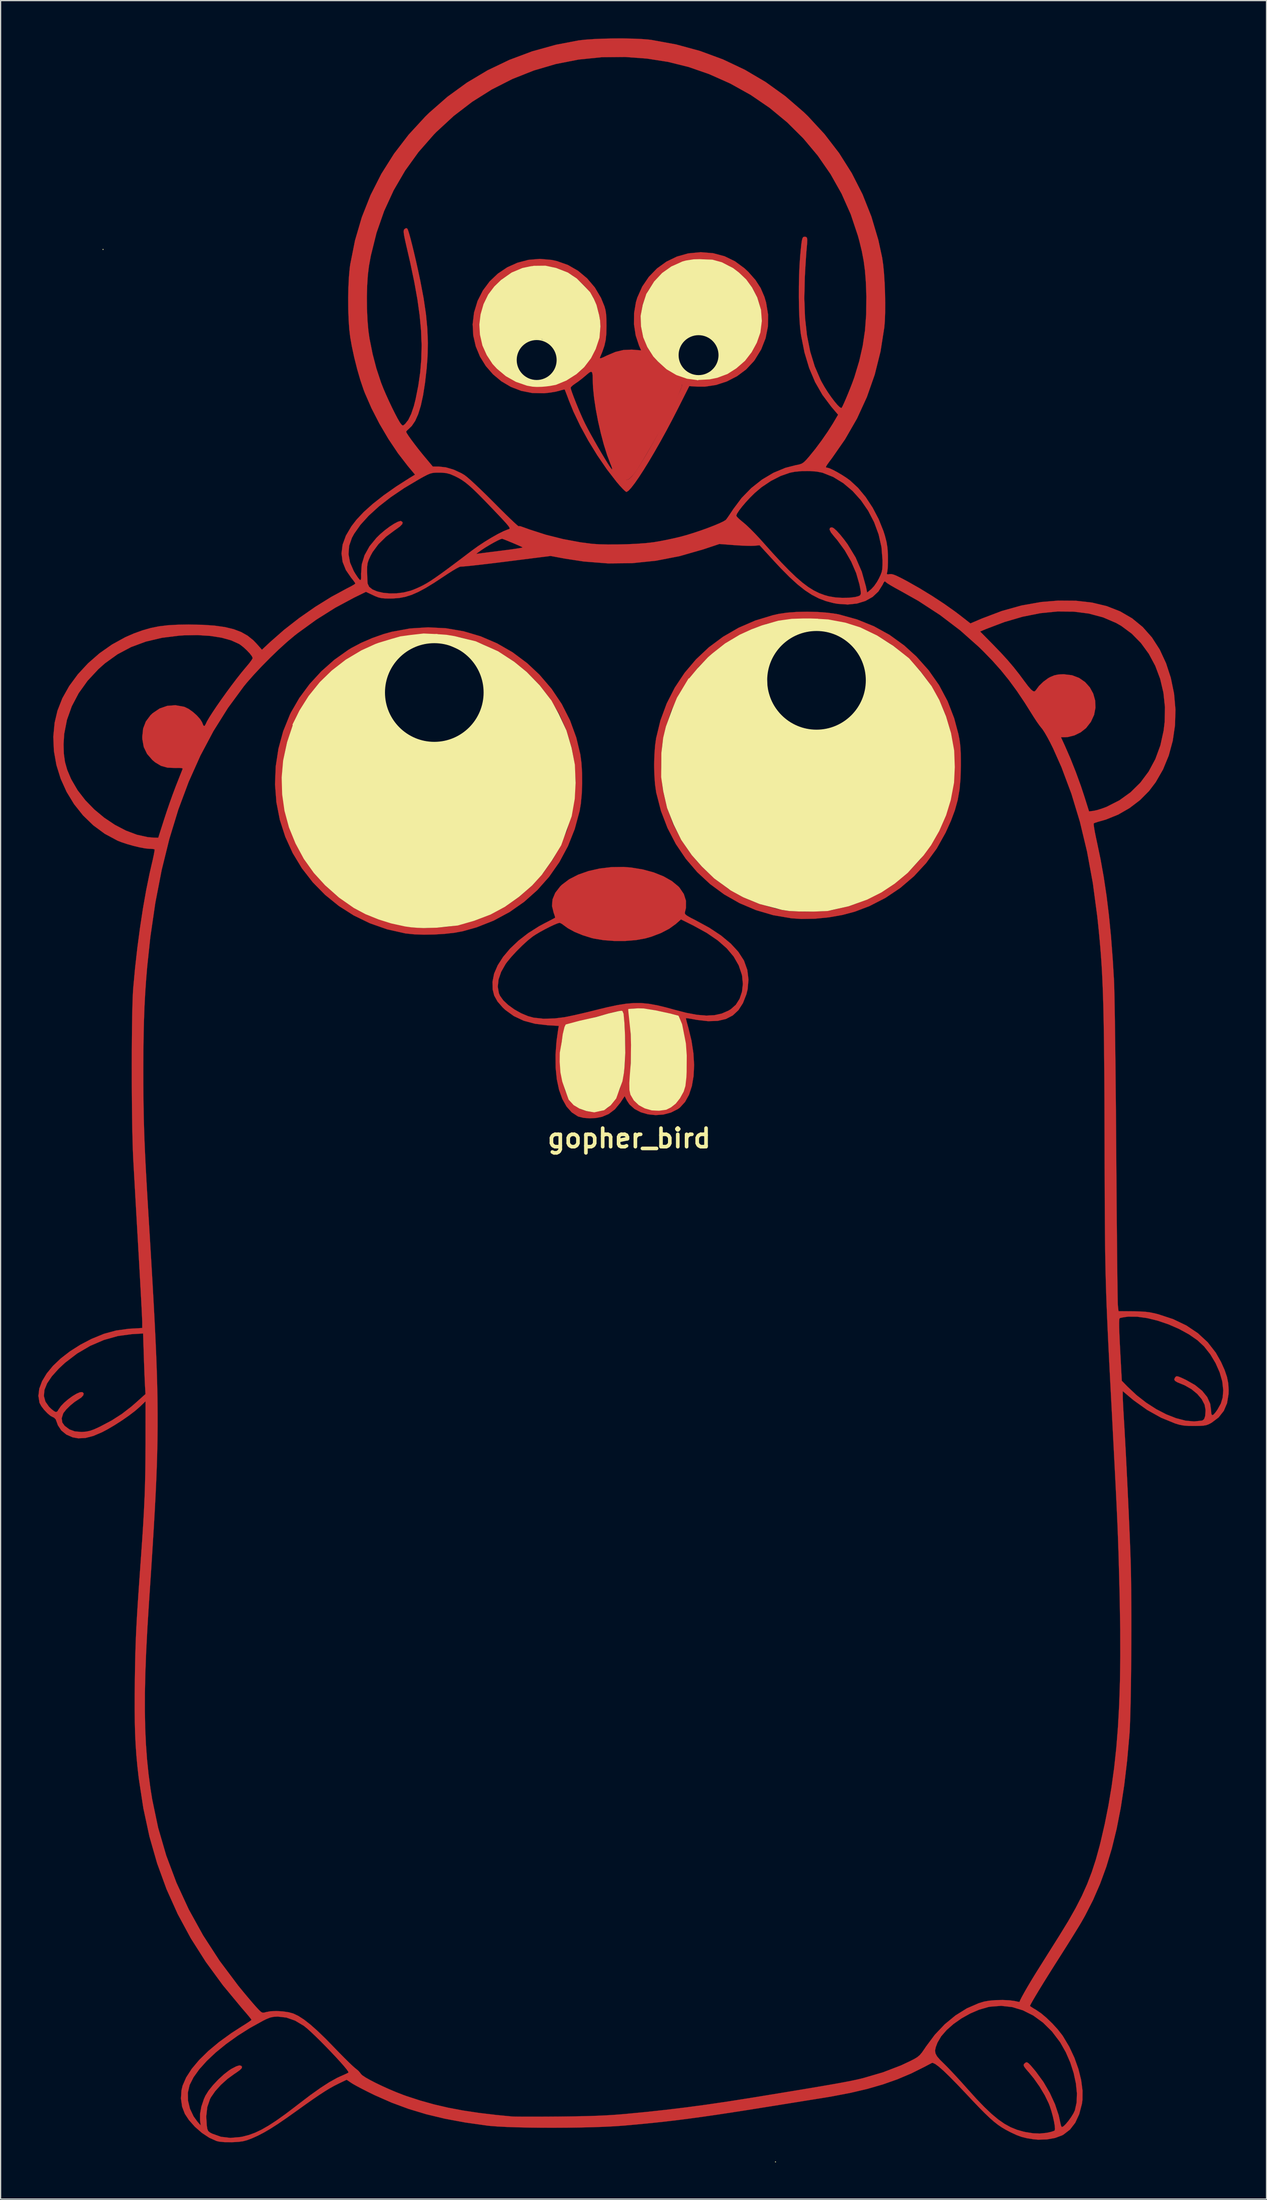
<source format=kicad_pcb>
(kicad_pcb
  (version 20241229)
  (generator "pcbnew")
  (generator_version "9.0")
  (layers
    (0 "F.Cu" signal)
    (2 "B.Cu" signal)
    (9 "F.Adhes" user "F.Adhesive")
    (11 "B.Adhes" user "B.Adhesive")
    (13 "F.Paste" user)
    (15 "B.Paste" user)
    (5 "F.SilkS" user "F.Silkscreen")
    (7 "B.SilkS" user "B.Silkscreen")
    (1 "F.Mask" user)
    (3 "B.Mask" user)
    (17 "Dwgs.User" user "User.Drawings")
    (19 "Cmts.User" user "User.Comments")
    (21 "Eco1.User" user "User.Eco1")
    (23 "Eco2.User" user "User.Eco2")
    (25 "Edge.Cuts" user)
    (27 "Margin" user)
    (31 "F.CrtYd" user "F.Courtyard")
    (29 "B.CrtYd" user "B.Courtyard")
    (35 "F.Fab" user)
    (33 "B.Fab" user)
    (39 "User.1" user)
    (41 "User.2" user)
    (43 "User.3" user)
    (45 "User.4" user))
  (footprint "gopher_bird"
    (layer "F.Cu")
    (at 48.64 90.41)
    (property "Reference" "gopher_bird" (at 0 0 0) (layer "F.SilkS") (effects (font (size 1.524 1.524) (thickness 0.3))))
    (attr through_hole)
    (fp_poly (pts (xy -2.57 -63.3) (xy -2.08 -63.62) (xy -1.62 -63.84) (xy -1.15 -64.07) (xy -0.77 -64.18) (xy -0.19 -64.25) (xy 0.37 -64.25) (xy 0.93 -64.12) (xy 1.37 -63.91) (xy 1.67 -63.62) (xy 2.04 -63.24) (xy 2.65 -62.75) (xy 3.1 -62.48) (xy 3.59 -62.22) (xy 4.14 -61.97) (xy 4.28 -61.92) (xy 4.29 -61.86) (xy 4.28 -61.74) (xy 4 -61.06) (xy 3.36 -59.71) (xy 2.78 -58.59) (xy 2.26 -57.72) (xy 1.795 -56.91) (xy 1.085 -55.7) (xy 0.73 -55.11) (xy 0.51 -54.785) (xy 0.29 -54.495) (xy 0.15 -54.35) (xy -0.06 -54.16) (xy -0.24 -54.1) (xy -0.41 -54.19) (xy -0.59 -54.44) (xy -0.98 -55.29) (xy -1.58 -56.94) (xy -2.04 -58.65) (xy -2.28 -60.01) (xy -2.35 -60.45) (xy -2.51 -62.08) (xy -2.56 -63.07)) (stroke (width 0.1) (type solid)) (fill yes) (layer "F.Cu"))
    (fp_poly (pts (xy -15.047 -41.876) (xy -13.603 -41.628) (xy -12.203 -41.214) (xy -10.858 -40.638) (xy -9.581 -39.903) (xy -8.385 -39.012) (xy -7.373 -38.066) (xy -6.376 -36.903) (xy -5.538 -35.652) (xy -4.86 -34.316) (xy -4.344 -32.9) (xy -4.015 -31.529) (xy -3.921 -30.826) (xy -3.87 -30.01) (xy -3.862 -29.14) (xy -3.895 -28.276) (xy -3.97 -27.477) (xy -4.069 -26.88) (xy -4.473 -25.388) (xy -5.031 -23.984) (xy -5.735 -22.675) (xy -6.575 -21.471) (xy -7.543 -20.38) (xy -8.632 -19.411) (xy -9.833 -18.572) (xy -11.136 -17.871) (xy -12.535 -17.318) (xy -13.674 -16.998) (xy -14.357 -16.873) (xy -15.155 -16.783) (xy -16.009 -16.73) (xy -16.865 -16.716) (xy -17.664 -16.744) (xy -18.351 -16.815) (xy -18.415 -16.825) (xy -19.893 -17.158) (xy -21.3 -17.651) (xy -22.624 -18.292) (xy -23.855 -19.074) (xy -24.983 -19.987) (xy -25.998 -21.021) (xy -26.888 -22.167) (xy -27.644 -23.415) (xy -28.255 -24.755) (xy -28.699 -26.135) (xy -28.983 -27.581) (xy -29.096 -29.054) (xy -29.074 -29.634) (xy -28.533 -29.634) (xy -28.49 -28.231) (xy -28.284 -26.853) (xy -27.921 -25.512) (xy -27.404 -24.222) (xy -26.739 -22.995) (xy -25.928 -21.843) (xy -24.977 -20.779) (xy -23.89 -19.816) (xy -22.672 -18.968) (xy -22.509 -18.869) (xy -21.617 -18.407) (xy -20.603 -17.997) (xy -19.524 -17.66) (xy -18.436 -17.414) (xy -17.943 -17.336) (xy -17.317 -17.283) (xy -16.576 -17.273) (xy -15.784 -17.301) (xy -15.002 -17.365) (xy -14.292 -17.463) (xy -14.085 -17.502) (xy -12.675 -17.878) (xy -11.353 -18.404) (xy -10.126 -19.068) (xy -8.999 -19.858) (xy -7.979 -20.763) (xy -7.074 -21.77) (xy -6.289 -22.867) (xy -5.631 -24.043) (xy -5.107 -25.285) (xy -4.724 -26.583) (xy -4.488 -27.923) (xy -4.405 -29.294) (xy -4.483 -30.683) (xy -4.728 -32.08) (xy -5.146 -33.472) (xy -5.18 -33.564) (xy -5.764 -34.871) (xy -6.502 -36.096) (xy -7.378 -37.228) (xy -8.379 -38.251) (xy -9.488 -39.152) (xy -10.693 -39.916) (xy -11.977 -40.529) (xy -12.628 -40.769) (xy -13.249 -40.964) (xy -13.818 -41.108) (xy -14.381 -41.21) (xy -14.982 -41.274) (xy -15.669 -41.308) (xy -16.487 -41.317) (xy -16.555 -41.317) (xy -17.183 -41.314) (xy -17.671 -41.304) (xy -18.058 -41.283) (xy -18.387 -41.249) (xy -18.698 -41.197) (xy -19.031 -41.124) (xy -19.256 -41.069) (xy -20.679 -40.623) (xy -22.018 -40.026) (xy -23.262 -39.285) (xy -24.401 -38.41) (xy -25.425 -37.411) (xy -26.321 -36.296) (xy -27.079 -35.076) (xy -27.647 -33.865) (xy -28.116 -32.464) (xy -28.41 -31.049) (xy -28.533 -29.634) (xy -29.074 -29.634) (xy -29.04 -30.531) (xy -28.816 -31.992) (xy -28.429 -33.414) (xy -27.879 -34.774) (xy -27.784 -34.97) (xy -27.098 -36.156) (xy -26.259 -37.289) (xy -25.291 -38.342) (xy -24.221 -39.289) (xy -23.073 -40.102) (xy -22.815 -40.259) (xy -22.007 -40.684) (xy -21.097 -41.076) (xy -20.162 -41.405) (xy -19.507 -41.587) (xy -18.011 -41.859) (xy -16.52 -41.954) (xy -15.047 -41.876)) (stroke (width 0.01) (type solid)) (fill yes) (layer "F.Cu"))
    (fp_poly (pts (xy 15.471 -43.214) (xy 16.288 -43.154) (xy 17.005 -43.057) (xy 17.236 -43.011) (xy 18.724 -42.599) (xy 20.107 -42.039) (xy 21.394 -41.329) (xy 22.593 -40.463) (xy 23.592 -39.558) (xy 24.607 -38.421) (xy 25.462 -37.2) (xy 26.159 -35.89) (xy 26.701 -34.488) (xy 27.046 -33.197) (xy 27.126 -32.798) (xy 27.182 -32.425) (xy 27.219 -32.031) (xy 27.24 -31.572) (xy 27.249 -31.002) (xy 27.249 -30.616) (xy 27.224 -29.56) (xy 27.141 -28.628) (xy 26.99 -27.77) (xy 26.76 -26.935) (xy 26.438 -26.072) (xy 26.013 -25.129) (xy 25.991 -25.082) (xy 25.266 -23.788) (xy 24.397 -22.595) (xy 23.396 -21.514) (xy 22.276 -20.557) (xy 21.05 -19.735) (xy 19.731 -19.059) (xy 18.551 -18.61) (xy 17.52 -18.334) (xy 16.399 -18.137) (xy 15.252 -18.025) (xy 14.141 -18.006) (xy 13.335 -18.06) (xy 11.842 -18.314) (xy 10.417 -18.731) (xy 9.07 -19.302) (xy 7.81 -20.018) (xy 6.647 -20.871) (xy 5.59 -21.851) (xy 4.648 -22.95) (xy 3.832 -24.159) (xy 3.15 -25.468) (xy 2.612 -26.871) (xy 2.227 -28.356) (xy 2.211 -28.439) (xy 2.121 -29.076) (xy 2.068 -29.833) (xy 2.055 -30.431) (xy 2.636 -30.431) (xy 2.665 -29.617) (xy 2.732 -28.88) (xy 2.777 -28.568) (xy 3.112 -27.141) (xy 3.614 -25.782) (xy 4.281 -24.496) (xy 5.11 -23.29) (xy 5.933 -22.339) (xy 7.01 -21.325) (xy 8.154 -20.476) (xy 9.376 -19.783) (xy 10.691 -19.241) (xy 12.111 -18.841) (xy 12.655 -18.73) (xy 13.152 -18.665) (xy 13.775 -18.625) (xy 14.471 -18.608) (xy 15.183 -18.615) (xy 15.86 -18.647) (xy 16.447 -18.703) (xy 16.657 -18.734) (xy 18.078 -19.065) (xy 19.431 -19.558) (xy 20.705 -20.202) (xy 21.888 -20.986) (xy 22.969 -21.899) (xy 23.937 -22.932) (xy 24.781 -24.073) (xy 25.488 -25.313) (xy 26.047 -26.639) (xy 26.382 -27.761) (xy 26.642 -29.187) (xy 26.728 -30.615) (xy 26.644 -32.031) (xy 26.397 -33.419) (xy 25.992 -34.765) (xy 25.435 -36.055) (xy 24.731 -37.274) (xy 23.887 -38.407) (xy 22.907 -39.44) (xy 21.797 -40.358) (xy 21.397 -40.638) (xy 20.172 -41.37) (xy 18.93 -41.931) (xy 17.648 -42.33) (xy 16.303 -42.572) (xy 14.871 -42.666) (xy 14.605 -42.667) (xy 13.401 -42.62) (xy 12.304 -42.477) (xy 11.261 -42.224) (xy 10.219 -41.85) (xy 9.128 -41.341) (xy 7.89 -40.608) (xy 6.754 -39.734) (xy 5.733 -38.733) (xy 4.837 -37.62) (xy 4.076 -36.409) (xy 3.462 -35.115) (xy 3.005 -33.753) (xy 2.773 -32.703) (xy 2.69 -32.038) (xy 2.644 -31.259) (xy 2.636 -30.431) (xy 2.055 -30.431) (xy 2.051 -30.651) (xy 2.071 -31.472) (xy 2.127 -32.239) (xy 2.21 -32.839) (xy 2.565 -34.306) (xy 3.08 -35.697) (xy 3.745 -37.003) (xy 4.551 -38.214) (xy 5.487 -39.32) (xy 6.545 -40.313) (xy 7.716 -41.181) (xy 8.989 -41.917) (xy 10.355 -42.509) (xy 11.805 -42.949) (xy 12.313 -43.062) (xy 12.975 -43.159) (xy 13.759 -43.217) (xy 14.61 -43.235) (xy 15.471 -43.214)) (stroke (width 0.01) (type solid)) (fill yes) (layer "F.Cu"))
    (fp_poly (pts (xy 0.152 -22.232) (xy 1.119 -22.073) (xy 2.016 -21.829) (xy 2.818 -21.508) (xy 3.5 -21.123) (xy 4.037 -20.682) (xy 4.139 -20.572) (xy 4.491 -20.054) (xy 4.665 -19.503) (xy 4.663 -18.913) (xy 4.58 -18.547) (xy 4.575 -18.458) (xy 4.634 -18.367) (xy 4.782 -18.257) (xy 5.044 -18.109) (xy 5.445 -17.905) (xy 5.46 -17.897) (xy 6.586 -17.284) (xy 7.549 -16.646) (xy 8.343 -15.987) (xy 8.966 -15.311) (xy 9.412 -14.621) (xy 9.442 -14.562) (xy 9.707 -13.819) (xy 9.803 -13.03) (xy 9.73 -12.22) (xy 9.629 -11.817) (xy 9.345 -11.094) (xy 8.975 -10.518) (xy 8.51 -10.086) (xy 7.945 -9.793) (xy 7.271 -9.637) (xy 6.482 -9.613) (xy 5.569 -9.718) (xy 5.389 -9.751) (xy 5.057 -9.811) (xy 4.803 -9.852) (xy 4.671 -9.865) (xy 4.663 -9.864) (xy 4.676 -9.773) (xy 4.731 -9.55) (xy 4.817 -9.235) (xy 4.857 -9.095) (xy 5.119 -8.024) (xy 5.277 -6.992) (xy 5.335 -6.015) (xy 5.292 -5.109) (xy 5.153 -4.292) (xy 4.919 -3.578) (xy 4.591 -2.984) (xy 4.173 -2.527) (xy 4.001 -2.399) (xy 3.435 -2.113) (xy 2.816 -1.949) (xy 2.175 -1.901) (xy 1.544 -1.966) (xy 0.954 -2.137) (xy 0.437 -2.409) (xy 0.025 -2.777) (xy -0.186 -3.094) (xy -0.371 -3.456) (xy -0.728 -2.92) (xy -1.174 -2.377) (xy -1.687 -1.991) (xy -2.228 -1.763) (xy -2.712 -1.666) (xy -3.242 -1.637) (xy -3.75 -1.676) (xy -4.167 -1.78) (xy -4.22 -1.803) (xy -4.72 -2.128) (xy -5.146 -2.606) (xy -5.494 -3.226) (xy -5.762 -3.974) (xy -5.946 -4.837) (xy -6.044 -5.803) (xy -6.047 -6.188) (xy -5.684 -6.188) (xy -5.616 -5.409) (xy -5.474 -4.643) (xy -5.268 -3.937) (xy -5.008 -3.338) (xy -4.875 -3.116) (xy -4.495 -2.701) (xy -4.003 -2.396) (xy -3.442 -2.211) (xy -2.854 -2.16) (xy -2.28 -2.255) (xy -2.107 -2.318) (xy -1.774 -2.493) (xy -1.502 -2.73) (xy -1.254 -3.068) (xy -1.032 -3.472) (xy -0.762 -4.08) (xy -0.564 -4.711) (xy -0.431 -5.405) (xy -0.354 -6.198) (xy -0.326 -7.121) (xy -0.329 -7.801) (xy -0.345 -8.458) (xy -0.372 -9.066) (xy -0.408 -9.596) (xy -0.452 -10.02) (xy -0.501 -10.311) (xy -0.541 -10.426) (xy -0.606 -10.462) (xy -0.75 -10.461) (xy -0.995 -10.418) (xy -1.365 -10.33) (xy -1.88 -10.193) (xy -2.008 -10.157) (xy -2.577 -10.002) (xy -3.172 -9.842) (xy -3.733 -9.694) (xy -4.199 -9.575) (xy -4.309 -9.548) (xy -4.694 -9.445) (xy -5.011 -9.346) (xy -5.219 -9.265) (xy -5.278 -9.225) (xy -5.328 -9.077) (xy -5.392 -8.791) (xy -5.464 -8.408) (xy -5.535 -7.97) (xy -5.6 -7.519) (xy -5.651 -7.096) (xy -5.667 -6.93) (xy -5.684 -6.188) (xy -6.047 -6.188) (xy -6.053 -6.858) (xy -5.969 -7.99) (xy -5.841 -8.9) (xy -5.786 -9.228) (xy -6.68 -9.277) (xy -7.733 -9.401) (xy -8.661 -9.65) (xy -9.473 -10.029) (xy -10.18 -10.54) (xy -10.395 -10.742) (xy -10.819 -11.231) (xy -11.088 -11.712) (xy -11.219 -12.232) (xy -11.223 -12.45) (xy -10.794 -12.45) (xy -10.704 -11.916) (xy -10.617 -11.708) (xy -10.346 -11.329) (xy -9.939 -10.944) (xy -9.434 -10.58) (xy -8.875 -10.265) (xy -8.301 -10.025) (xy -7.847 -9.903) (xy -7.037 -9.817) (xy -6.127 -9.84) (xy -5.33 -9.94) (xy -4.965 -10.011) (xy -4.472 -10.116) (xy -3.897 -10.248) (xy -3.287 -10.393) (xy -2.767 -10.523) (xy -2.479 -10.593) (xy -0.048 -10.593) (xy 0.072 -9.447) (xy 0.119 -8.815) (xy 0.145 -8.045) (xy 0.149 -7.178) (xy 0.131 -6.254) (xy 0.093 -5.317) (xy 0.044 -4.536) (xy 0.048 -3.97) (xy 0.138 -3.577) (xy 0.399 -3.12) (xy 0.795 -2.748) (xy 1.293 -2.475) (xy 1.861 -2.313) (xy 2.467 -2.277) (xy 3.039 -2.369) (xy 3.42 -2.553) (xy 3.801 -2.873) (xy 4.143 -3.288) (xy 4.407 -3.757) (xy 4.448 -3.855) (xy 4.533 -4.099) (xy 4.594 -4.348) (xy 4.637 -4.641) (xy 4.667 -5.019) (xy 4.688 -5.52) (xy 4.697 -5.806) (xy 4.696 -6.847) (xy 4.629 -7.763) (xy 4.491 -8.598) (xy 4.276 -9.399) (xy 4.253 -9.47) (xy 4.06 -10.059) (xy 3.086 -10.292) (xy 2.209 -10.481) (xy 1.446 -10.603) (xy 0.816 -10.657) (xy 0.367 -10.642) (xy -0.048 -10.593) (xy -2.479 -10.593) (xy -1.81 -10.757) (xy -0.989 -10.932) (xy -0.27 -11.048) (xy 0.383 -11.104) (xy 1.004 -11.102) (xy 1.629 -11.041) (xy 2.292 -10.921) (xy 3.029 -10.744) (xy 3.688 -10.562) (xy 4.698 -10.301) (xy 5.575 -10.138) (xy 6.337 -10.074) (xy 7.006 -10.108) (xy 7.6 -10.24) (xy 8.139 -10.472) (xy 8.346 -10.594) (xy 8.76 -10.961) (xy 9.07 -11.451) (xy 9.266 -12.032) (xy 9.338 -12.672) (xy 9.275 -13.338) (xy 9.253 -13.438) (xy 8.996 -14.199) (xy 8.584 -14.917) (xy 8.014 -15.595) (xy 7.279 -16.241) (xy 6.375 -16.858) (xy 5.296 -17.453) (xy 5.262 -17.47) (xy 4.257 -17.971) (xy 3.833 -17.597) (xy 3.29 -17.205) (xy 2.611 -16.851) (xy 1.837 -16.555) (xy 1.312 -16.405) (xy 0.548 -16.269) (xy -0.319 -16.2) (xy -1.227 -16.2) (xy -2.112 -16.266) (xy -2.909 -16.399) (xy -3.091 -16.443) (xy -3.824 -16.672) (xy -4.487 -16.945) (xy -5.037 -17.245) (xy -5.329 -17.457) (xy -5.532 -17.606) (xy -5.69 -17.685) (xy -5.715 -17.689) (xy -5.883 -17.646) (xy -6.168 -17.529) (xy -6.529 -17.359) (xy -6.927 -17.155) (xy -7.324 -16.939) (xy -7.679 -16.728) (xy -7.923 -16.567) (xy -8.327 -16.245) (xy -8.786 -15.826) (xy -9.255 -15.358) (xy -9.689 -14.887) (xy -10.042 -14.457) (xy -10.158 -14.296) (xy -10.517 -13.662) (xy -10.73 -13.039) (xy -10.794 -12.45) (xy -11.223 -12.45) (xy -11.23 -12.836) (xy -11.228 -12.871) (xy -11.096 -13.523) (xy -10.803 -14.202) (xy -10.362 -14.889) (xy -9.788 -15.569) (xy -9.096 -16.225) (xy -8.3 -16.842) (xy -7.414 -17.403) (xy -6.971 -17.643) (xy -6.618 -17.825) (xy -6.33 -17.975) (xy -6.143 -18.075) (xy -6.089 -18.106) (xy -6.099 -18.2) (xy -6.163 -18.401) (xy -6.203 -18.504) (xy -6.341 -19.068) (xy -6.299 -19.616) (xy -6.077 -20.151) (xy -5.674 -20.671) (xy -5.525 -20.818) (xy -4.929 -21.267) (xy -4.194 -21.644) (xy -3.35 -21.941) (xy -2.426 -22.15) (xy -1.453 -22.265) (xy -0.461 -22.278) (xy 0.152 -22.232)) (stroke (width 0.01) (type solid)) (fill yes) (layer "F.Cu"))
    (fp_poly (pts (xy 6.899 -72.671) (xy 7.826 -72.425) (xy 8.683 -72.011) (xy 9.475 -71.429) (xy 9.796 -71.128) (xy 10.371 -70.476) (xy 10.8 -69.814) (xy 11.111 -69.089) (xy 11.251 -68.617) (xy 11.413 -67.628) (xy 11.398 -66.647) (xy 11.207 -65.689) (xy 10.846 -64.77) (xy 10.316 -63.904) (xy 10.231 -63.792) (xy 9.609 -63.128) (xy 8.864 -62.573) (xy 8.03 -62.143) (xy 7.139 -61.851) (xy 6.225 -61.712) (xy 5.62 -61.712) (xy 4.936 -61.757) (xy 4.015 -59.93) (xy 3.532 -58.99) (xy 3.044 -58.072) (xy 2.557 -57.19) (xy 2.082 -56.357) (xy 1.626 -55.586) (xy 1.199 -54.893) (xy 0.808 -54.291) (xy 0.463 -53.793) (xy 0.171 -53.415) (xy -0.057 -53.169) (xy -0.215 -53.069) (xy -0.23 -53.068) (xy -0.333 -53.134) (xy -0.522 -53.315) (xy -0.769 -53.583) (xy -1.046 -53.907) (xy -1.844 -54.941) (xy -2.622 -56.078) (xy -3.355 -57.273) (xy -4.016 -58.482) (xy -4.58 -59.662) (xy -4.943 -60.552) (xy -5.082 -60.925) (xy -5.198 -61.228) (xy -5.276 -61.425) (xy -5.301 -61.482) (xy -5.392 -61.47) (xy -5.601 -61.416) (xy -5.768 -61.366) (xy -6.077 -61.292) (xy -6.487 -61.225) (xy -6.918 -61.177) (xy -6.993 -61.171) (xy -7.956 -61.189) (xy -8.871 -61.368) (xy -9.531 -61.622) (xy -4.808 -61.622) (xy -4.773 -61.471) (xy -4.678 -61.19) (xy -4.537 -60.812) (xy -4.364 -60.371) (xy -4.172 -59.904) (xy -3.975 -59.443) (xy -3.788 -59.023) (xy -3.629 -58.691) (xy -3.415 -58.276) (xy -3.161 -57.807) (xy -2.881 -57.306) (xy -2.591 -56.797) (xy -2.303 -56.303) (xy -2.031 -55.85) (xy -1.791 -55.46) (xy -1.595 -55.157) (xy -1.458 -54.966) (xy -1.394 -54.909) (xy -1.394 -54.909) (xy -1.405 -55.007) (xy -1.474 -55.214) (xy -1.537 -55.368) (xy -1.814 -56.097) (xy -2.083 -56.953) (xy -2.333 -57.893) (xy -2.557 -58.873) (xy -2.743 -59.851) (xy -2.884 -60.784) (xy -2.97 -61.628) (xy -2.994 -62.227) (xy -3.001 -62.628) (xy -3.037 -62.862) (xy -3.118 -62.942) (xy -3.264 -62.882) (xy -3.492 -62.696) (xy -3.549 -62.645) (xy -3.862 -62.382) (xy -4.197 -62.127) (xy -4.401 -61.988) (xy -4.63 -61.824) (xy -4.778 -61.682) (xy -4.808 -61.622) (xy -9.531 -61.622) (xy -9.724 -61.696) (xy -10.502 -62.155) (xy -11.193 -62.732) (xy -11.782 -63.41) (xy -12.256 -64.176) (xy -12.603 -65.012) (xy -12.809 -65.905) (xy -12.86 -66.816) (xy -12.282 -66.816) (xy -12.233 -65.965) (xy -12.036 -65.127) (xy -11.687 -64.324) (xy -11.185 -63.575) (xy -10.835 -63.188) (xy -10.111 -62.59) (xy -9.284 -62.133) (xy -8.377 -61.829) (xy -7.938 -61.744) (xy -7.582 -61.722) (xy -7.123 -61.737) (xy -6.635 -61.784) (xy -6.191 -61.855) (xy -5.96 -61.911) (xy -5.113 -62.257) (xy -4.35 -62.746) (xy -3.752 -63.299) (xy -2.567 -63.299) (xy -2.511 -62.198) (xy -2.341 -60.371) (xy -2.024 -58.589) (xy -1.565 -56.879) (xy -0.97 -55.264) (xy -0.772 -54.814) (xy -0.563 -54.399) (xy -0.383 -54.149) (xy -0.211 -54.058) (xy -0.024 -54.118) (xy 0.199 -54.319) (xy 0.288 -54.42) (xy 0.508 -54.711) (xy 0.796 -55.144) (xy 1.139 -55.695) (xy 1.525 -56.345) (xy 1.941 -57.07) (xy 2.375 -57.85) (xy 2.814 -58.663) (xy 3.244 -59.487) (xy 3.368 -59.729) (xy 3.698 -60.378) (xy 3.95 -60.885) (xy 4.133 -61.267) (xy 4.255 -61.541) (xy 4.323 -61.727) (xy 4.344 -61.841) (xy 4.326 -61.902) (xy 4.292 -61.923) (xy 3.76 -62.14) (xy 3.204 -62.433) (xy 2.667 -62.772) (xy 2.196 -63.127) (xy 1.836 -63.47) (xy 1.737 -63.591) (xy 1.4 -63.905) (xy 0.941 -64.126) (xy 0.397 -64.248) (xy -0.194 -64.267) (xy -0.795 -64.175) (xy -1.225 -64.034) (xy -1.593 -63.866) (xy -1.964 -63.673) (xy -2.168 -63.554) (xy -2.567 -63.299) (xy -3.752 -63.299) (xy -3.687 -63.359) (xy -3.142 -64.074) (xy -2.728 -64.869) (xy -2.462 -65.726) (xy -2.36 -66.621) (xy -2.36 -66.683) (xy -2.403 -67.202) (xy -2.52 -67.8) (xy -2.693 -68.401) (xy -2.902 -68.93) (xy -2.969 -69.063) (xy -3.275 -69.524) (xy -3.698 -70.009) (xy -4.187 -70.471) (xy -4.693 -70.861) (xy -5.099 -71.102) (xy -6.008 -71.454) (xy -6.924 -71.626) (xy -7.838 -71.617) (xy -8.743 -71.429) (xy -9.631 -71.061) (xy -9.639 -71.057) (xy -10.413 -70.556) (xy -11.058 -69.945) (xy -11.571 -69.245) (xy -11.947 -68.477) (xy -12.185 -67.66) (xy -12.282 -66.816) (xy -12.86 -66.816) (xy -12.861 -66.838) (xy -12.746 -67.798) (xy -12.744 -67.806) (xy -12.457 -68.75) (xy -12.024 -69.603) (xy -11.464 -70.354) (xy -10.792 -70.992) (xy -10.026 -71.507) (xy -9.184 -71.887) (xy -8.283 -72.124) (xy -7.339 -72.205) (xy -6.371 -72.12) (xy -5.943 -72.027) (xy -5.03 -71.703) (xy -4.195 -71.222) (xy -3.453 -70.602) (xy -2.82 -69.856) (xy -2.313 -69) (xy -2.03 -68.308) (xy -1.949 -68.019) (xy -1.897 -67.69) (xy -1.87 -67.273) (xy -1.862 -66.725) (xy -1.862 -66.675) (xy -1.877 -66.053) (xy -1.93 -65.541) (xy -2.034 -65.072) (xy -2.205 -64.575) (xy -2.4 -64.109) (xy -2.404 -64.043) (xy -2.313 -64.05) (xy -2.105 -64.135) (xy -1.835 -64.267) (xy -1.13 -64.566) (xy -0.47 -64.724) (xy 0.203 -64.753) (xy 0.374 -64.742) (xy 0.982 -64.691) (xy 0.811 -65.079) (xy 0.533 -65.916) (xy 0.395 -66.821) (xy 0.4 -67.563) (xy 0.96 -67.563) (xy 0.976 -66.662) (xy 1.158 -65.784) (xy 1.503 -64.948) (xy 2.008 -64.176) (xy 2.367 -63.771) (xy 3.097 -63.152) (xy 3.902 -62.694) (xy 4.766 -62.402) (xy 5.673 -62.281) (xy 6.61 -62.333) (xy 7.257 -62.471) (xy 8.082 -62.79) (xy 8.833 -63.258) (xy 9.493 -63.852) (xy 10.045 -64.549) (xy 10.472 -65.327) (xy 10.755 -66.164) (xy 10.879 -67.036) (xy 10.883 -67.219) (xy 10.795 -68.121) (xy 10.542 -68.985) (xy 10.138 -69.79) (xy 9.6 -70.514) (xy 8.942 -71.137) (xy 8.179 -71.637) (xy 7.456 -71.952) (xy 6.811 -72.106) (xy 6.077 -72.172) (xy 5.327 -72.148) (xy 4.629 -72.036) (xy 4.33 -71.95) (xy 3.473 -71.562) (xy 2.714 -71.026) (xy 2.067 -70.354) (xy 1.546 -69.559) (xy 1.441 -69.351) (xy 1.114 -68.467) (xy 0.96 -67.563) (xy 0.4 -67.563) (xy 0.401 -67.747) (xy 0.551 -68.644) (xy 0.665 -69.024) (xy 1.072 -69.932) (xy 1.618 -70.734) (xy 2.285 -71.42) (xy 3.057 -71.976) (xy 3.917 -72.392) (xy 4.848 -72.655) (xy 5.832 -72.752) (xy 5.896 -72.753) (xy 6.899 -72.671)) (stroke (width 0.01) (type solid)) (fill yes) (layer "F.Cu"))
    (fp_poly (pts (xy 0.306 -90.289) (xy 1.027 -90.257) (xy 1.626 -90.208) (xy 1.814 -90.185) (xy 3.855 -89.812) (xy 5.82 -89.277) (xy 7.704 -88.583) (xy 9.502 -87.732) (xy 11.21 -86.726) (xy 12.822 -85.567) (xy 14.335 -84.259) (xy 14.695 -83.911) (xy 16.048 -82.448) (xy 17.246 -80.892) (xy 18.287 -79.244) (xy 19.172 -77.506) (xy 19.899 -75.676) (xy 20.47 -73.758) (xy 20.786 -72.299) (xy 20.867 -71.742) (xy 20.934 -71.049) (xy 20.985 -70.264) (xy 21.019 -69.432) (xy 21.034 -68.599) (xy 21.03 -67.808) (xy 21.004 -67.104) (xy 20.962 -66.584) (xy 20.651 -64.605) (xy 20.174 -62.7) (xy 19.531 -60.865) (xy 18.719 -59.096) (xy 17.737 -57.39) (xy 16.675 -55.863) (xy 16.414 -55.515) (xy 16.251 -55.285) (xy 16.175 -55.15) (xy 16.171 -55.085) (xy 16.227 -55.064) (xy 16.261 -55.063) (xy 16.442 -55.015) (xy 16.731 -54.885) (xy 17.088 -54.696) (xy 17.471 -54.471) (xy 17.841 -54.232) (xy 18.145 -54.012) (xy 18.804 -53.402) (xy 19.43 -52.646) (xy 20.001 -51.779) (xy 20.496 -50.836) (xy 20.891 -49.852) (xy 21.008 -49.485) (xy 21.142 -48.968) (xy 21.22 -48.486) (xy 21.255 -47.947) (xy 21.26 -47.716) (xy 21.259 -47.291) (xy 21.246 -46.91) (xy 21.222 -46.626) (xy 21.203 -46.516) (xy 21.169 -46.345) (xy 21.231 -46.297) (xy 21.399 -46.321) (xy 21.536 -46.326) (xy 21.718 -46.283) (xy 21.97 -46.182) (xy 22.32 -46.012) (xy 22.796 -45.761) (xy 22.874 -45.718) (xy 23.874 -45.152) (xy 24.892 -44.529) (xy 25.876 -43.883) (xy 26.771 -43.25) (xy 27.192 -42.931) (xy 28.035 -42.274) (xy 28.963 -42.67) (xy 30.612 -43.295) (xy 32.235 -43.748) (xy 33.851 -44.034) (xy 35.242 -44.148) (xy 36.687 -44.138) (xy 38.017 -43.987) (xy 39.232 -43.695) (xy 40.332 -43.264) (xy 41.318 -42.691) (xy 42.188 -41.979) (xy 42.944 -41.126) (xy 43.584 -40.133) (xy 44.109 -39) (xy 44.497 -37.811) (xy 44.766 -36.509) (xy 44.88 -35.199) (xy 44.842 -33.901) (xy 44.657 -32.636) (xy 44.328 -31.422) (xy 43.859 -30.281) (xy 43.254 -29.232) (xy 42.705 -28.508) (xy 41.966 -27.765) (xy 41.105 -27.11) (xy 40.166 -26.571) (xy 39.19 -26.176) (xy 38.859 -26.079) (xy 38.541 -25.99) (xy 38.294 -25.911) (xy 38.17 -25.859) (xy 38.168 -25.857) (xy 38.163 -25.753) (xy 38.196 -25.504) (xy 38.259 -25.141) (xy 38.349 -24.695) (xy 38.414 -24.397) (xy 38.721 -22.937) (xy 38.988 -21.449) (xy 39.219 -19.909) (xy 39.416 -18.289) (xy 39.585 -16.564) (xy 39.726 -14.708) (xy 39.83 -12.972) (xy 39.843 -12.652) (xy 39.857 -12.163) (xy 39.871 -11.518) (xy 39.886 -10.73) (xy 39.901 -9.811) (xy 39.916 -8.774) (xy 39.931 -7.632) (xy 39.946 -6.398) (xy 39.96 -5.083) (xy 39.974 -3.702) (xy 39.988 -2.267) (xy 40 -0.789) (xy 40.011 0.717) (xy 40.014 1.089) (xy 40.025 2.57) (xy 40.036 4.007) (xy 40.047 5.387) (xy 40.058 6.701) (xy 40.07 7.937) (xy 40.081 9.085) (xy 40.092 10.132) (xy 40.103 11.069) (xy 40.113 11.883) (xy 40.123 12.565) (xy 40.132 13.103) (xy 40.14 13.487) (xy 40.147 13.704) (xy 40.15 13.743) (xy 40.201 14.197) (xy 41.396 14.206) (xy 41.973 14.217) (xy 42.434 14.248) (xy 42.84 14.304) (xy 43.258 14.394) (xy 43.471 14.449) (xy 44.686 14.849) (xy 45.77 15.368) (xy 46.718 16.002) (xy 47.527 16.749) (xy 48.196 17.608) (xy 48.624 18.367) (xy 48.919 19.027) (xy 49.113 19.598) (xy 49.22 20.13) (xy 49.251 20.677) (xy 49.24 21.013) (xy 49.119 21.75) (xy 48.849 22.384) (xy 48.429 22.916) (xy 47.858 23.349) (xy 47.824 23.369) (xy 47.613 23.482) (xy 47.415 23.554) (xy 47.182 23.596) (xy 46.863 23.616) (xy 46.446 23.623) (xy 45.939 23.618) (xy 45.546 23.587) (xy 45.202 23.521) (xy 44.858 23.419) (xy 43.7 22.945) (xy 42.555 22.307) (xy 41.45 21.519) (xy 41.145 21.267) (xy 40.549 20.762) (xy 40.55 21.153) (xy 40.555 21.382) (xy 40.571 21.749) (xy 40.595 22.21) (xy 40.624 22.722) (xy 40.638 22.951) (xy 40.689 23.804) (xy 40.745 24.805) (xy 40.805 25.921) (xy 40.866 27.119) (xy 40.927 28.365) (xy 40.987 29.627) (xy 41.044 30.871) (xy 41.097 32.064) (xy 41.143 33.172) (xy 41.181 34.163) (xy 41.193 34.507) (xy 41.214 35.241) (xy 41.231 36.1) (xy 41.243 37.062) (xy 41.251 38.105) (xy 41.256 39.208) (xy 41.256 40.35) (xy 41.253 41.51) (xy 41.246 42.665) (xy 41.235 43.795) (xy 41.222 44.877) (xy 41.205 45.891) (xy 41.185 46.815) (xy 41.162 47.627) (xy 41.137 48.307) (xy 41.109 48.832) (xy 41.101 48.94) (xy 40.908 51.109) (xy 40.671 53.115) (xy 40.386 54.974) (xy 40.048 56.699) (xy 39.655 58.305) (xy 39.203 59.807) (xy 38.687 61.22) (xy 38.105 62.557) (xy 37.452 63.833) (xy 37.144 64.376) (xy 36.949 64.701) (xy 36.675 65.147) (xy 36.344 65.681) (xy 35.975 66.27) (xy 35.588 66.882) (xy 35.287 67.355) (xy 34.838 68.062) (xy 34.412 68.74) (xy 34.02 69.37) (xy 33.673 69.937) (xy 33.38 70.423) (xy 33.152 70.812) (xy 32.999 71.085) (xy 32.932 71.227) (xy 32.929 71.238) (xy 33.002 71.303) (xy 33.192 71.426) (xy 33.434 71.569) (xy 33.834 71.841) (xy 34.29 72.224) (xy 34.759 72.677) (xy 35.2 73.159) (xy 35.57 73.629) (xy 35.642 73.732) (xy 36.152 74.586) (xy 36.576 75.491) (xy 36.906 76.414) (xy 37.132 77.325) (xy 37.245 78.191) (xy 37.237 78.98) (xy 37.196 79.276) (xy 36.973 80.129) (xy 36.646 80.835) (xy 36.214 81.394) (xy 35.676 81.807) (xy 35.552 81.874) (xy 34.979 82.085) (xy 34.306 82.204) (xy 33.591 82.223) (xy 33.179 82.185) (xy 32.666 82.101) (xy 32.247 81.998) (xy 31.843 81.851) (xy 31.376 81.635) (xy 31.29 81.592) (xy 30.937 81.407) (xy 30.612 81.215) (xy 30.295 80.999) (xy 29.968 80.743) (xy 29.612 80.43) (xy 29.208 80.044) (xy 28.737 79.568) (xy 28.18 78.986) (xy 27.651 78.422) (xy 26.935 77.668) (xy 26.329 77.052) (xy 25.831 76.571) (xy 25.436 76.224) (xy 25.141 76.007) (xy 24.943 75.916) (xy 24.869 75.922) (xy 24.708 76.006) (xy 24.454 76.14) (xy 24.266 76.24) (xy 23.169 76.786) (xy 22.039 77.264) (xy 20.847 77.684) (xy 19.567 78.054) (xy 18.171 78.381) (xy 16.633 78.675) (xy 16.011 78.779) (xy 15.573 78.849) (xy 14.988 78.943) (xy 14.289 79.055) (xy 13.51 79.181) (xy 12.681 79.314) (xy 11.837 79.45) (xy 11.203 79.551) (xy 9.68 79.794) (xy 8.31 80.007) (xy 7.068 80.194) (xy 5.928 80.358) (xy 4.864 80.502) (xy 3.853 80.631) (xy 2.868 80.746) (xy 1.883 80.851) (xy 0.874 80.95) (xy -0.184 81.046) (xy -0.454 81.069) (xy -1.183 81.121) (xy -2.035 81.164) (xy -2.983 81.198) (xy -4.002 81.223) (xy -5.063 81.238) (xy -6.141 81.244) (xy -7.209 81.242) (xy -8.239 81.23) (xy -9.206 81.208) (xy -10.082 81.178) (xy -10.841 81.139) (xy -11.456 81.09) (xy -11.657 81.068) (xy -13.467 80.813) (xy -15.13 80.504) (xy -16.674 80.134) (xy -18.129 79.695) (xy -19.523 79.179) (xy -20.885 78.579) (xy -21.026 78.511) (xy -21.521 78.268) (xy -21.989 78.029) (xy -22.393 77.815) (xy -22.694 77.646) (xy -22.812 77.572) (xy -23.211 77.302) (xy -23.857 77.612) (xy -24.214 77.791) (xy -24.583 77.996) (xy -24.987 78.242) (xy -25.449 78.541) (xy -25.989 78.909) (xy -26.63 79.36) (xy -27.354 79.879) (xy -28.169 80.458) (xy -28.869 80.935) (xy -29.476 81.324) (xy -30.016 81.64) (xy -30.51 81.897) (xy -30.984 82.109) (xy -31.024 82.125) (xy -31.396 82.265) (xy -31.725 82.352) (xy -32.084 82.402) (xy -32.543 82.428) (xy -32.612 82.43) (xy -33.229 82.428) (xy -33.699 82.381) (xy -33.901 82.333) (xy -34.499 82.064) (xy -35.107 81.662) (xy -35.68 81.163) (xy -36.173 80.606) (xy -36.505 80.101) (xy -36.731 79.509) (xy -36.825 78.846) (xy -36.794 78.36) (xy -36.256 78.36) (xy -36.243 79.019) (xy -36.083 79.682) (xy -35.784 80.312) (xy -35.476 80.736) (xy -35.203 81.053) (xy -35.255 80.639) (xy -35.256 80.106) (xy -35.146 79.501) (xy -34.938 78.882) (xy -34.811 78.604) (xy -34.559 78.202) (xy -34.195 77.749) (xy -33.762 77.289) (xy -33.302 76.866) (xy -32.859 76.523) (xy -32.657 76.396) (xy -32.286 76.203) (xy -32.034 76.123) (xy -31.878 76.15) (xy -31.807 76.247) (xy -31.835 76.357) (xy -31.995 76.516) (xy -32.302 76.735) (xy -32.41 76.805) (xy -32.998 77.231) (xy -33.544 77.723) (xy -34.01 78.239) (xy -34.358 78.741) (xy -34.433 78.882) (xy -34.66 79.547) (xy -34.745 80.315) (xy -34.703 81.047) (xy -34.658 81.338) (xy -34.586 81.51) (xy -34.447 81.629) (xy -34.249 81.731) (xy -33.534 81.985) (xy -32.766 82.075) (xy -31.932 82.003) (xy -31.735 81.965) (xy -31.242 81.836) (xy -30.741 81.653) (xy -30.212 81.403) (xy -29.637 81.075) (xy -28.996 80.659) (xy -28.27 80.143) (xy -27.44 79.515) (xy -27.118 79.266) (xy -26.19 78.56) (xy -25.357 77.969) (xy -24.627 77.498) (xy -24.007 77.153) (xy -23.733 77.025) (xy -23.429 76.892) (xy -23.185 76.779) (xy -23.061 76.714) (xy -23.085 76.63) (xy -23.221 76.439) (xy -23.451 76.16) (xy -23.757 75.813) (xy -24.119 75.418) (xy -24.521 74.992) (xy -24.942 74.556) (xy -25.365 74.128) (xy -25.772 73.729) (xy -26.144 73.376) (xy -26.463 73.09) (xy -26.71 72.89) (xy -26.734 72.872) (xy -27.447 72.447) (xy -28.157 72.198) (xy -28.862 72.118) (xy -29.2 72.134) (xy -29.49 72.194) (xy -29.808 72.321) (xy -30.066 72.449) (xy -31.148 73.047) (xy -32.169 73.692) (xy -33.112 74.367) (xy -33.962 75.06) (xy -34.702 75.756) (xy -35.317 76.442) (xy -35.791 77.103) (xy -36.107 77.726) (xy -36.113 77.742) (xy -36.256 78.36) (xy -36.794 78.36) (xy -36.781 78.169) (xy -36.69 77.787) (xy -36.399 77.115) (xy -35.943 76.41) (xy -35.332 75.683) (xy -34.579 74.944) (xy -33.694 74.205) (xy -32.687 73.477) (xy -31.89 72.963) (xy -31.545 72.747) (xy -31.265 72.564) (xy -31.083 72.434) (xy -31.028 72.382) (xy -31.083 72.298) (xy -31.236 72.105) (xy -31.466 71.831) (xy -31.749 71.503) (xy -31.804 71.441) (xy -33.38 69.542) (xy -34.781 67.629) (xy -36.016 65.687) (xy -37.09 63.701) (xy -38.01 61.655) (xy -38.783 59.535) (xy -39.416 57.325) (xy -39.915 55.01) (xy -40.288 52.575) (xy -40.316 52.342) (xy -40.413 51.472) (xy -40.49 50.623) (xy -40.549 49.767) (xy -40.591 48.873) (xy -40.617 47.912) (xy -40.628 46.856) (xy -40.626 45.673) (xy -40.613 44.495) (xy -40.601 43.713) (xy -40.588 43) (xy -40.572 42.335) (xy -40.553 41.698) (xy -40.53 41.065) (xy -40.501 40.416) (xy -40.465 39.728) (xy -40.422 38.98) (xy -40.37 38.15) (xy -40.307 37.216) (xy -40.234 36.157) (xy -40.149 34.952) (xy -40.095 34.199) (xy -40 32.834) (xy -39.922 31.611) (xy -39.86 30.491) (xy -39.812 29.436) (xy -39.777 28.407) (xy -39.754 27.365) (xy -39.74 26.272) (xy -39.734 25.09) (xy -39.734 24.835) (xy -39.733 21.594) (xy -40.209 22.052) (xy -40.601 22.392) (xy -41.112 22.78) (xy -41.695 23.184) (xy -42.307 23.576) (xy -42.902 23.923) (xy -43.289 24.127) (xy -44.022 24.441) (xy -44.673 24.61) (xy -45.26 24.638) (xy -45.727 24.554) (xy -46.243 24.326) (xy -46.655 23.988) (xy -46.935 23.566) (xy -47.009 23.358) (xy -47.118 23.072) (xy -47.261 22.931) (xy -47.318 22.911) (xy -47.535 22.796) (xy -47.801 22.573) (xy -48.07 22.29) (xy -48.298 21.993) (xy -48.44 21.73) (xy -48.446 21.713) (xy -48.536 21.16) (xy -48.084 21.16) (xy -47.958 21.622) (xy -47.66 22.048) (xy -47.49 22.212) (xy -47.248 22.409) (xy -47.09 22.479) (xy -46.975 22.423) (xy -46.863 22.243) (xy -46.683 21.986) (xy -46.41 21.704) (xy -46.082 21.424) (xy -45.733 21.171) (xy -45.4 20.972) (xy -45.119 20.852) (xy -44.926 20.839) (xy -44.813 20.944) (xy -44.846 21.103) (xy -45.011 21.285) (xy -45.197 21.41) (xy -45.557 21.647) (xy -45.921 21.945) (xy -46.239 22.257) (xy -46.462 22.539) (xy -46.498 22.601) (xy -46.621 22.991) (xy -46.569 23.34) (xy -46.378 23.609) (xy -45.984 23.905) (xy -45.54 24.067) (xy -44.999 24.11) (xy -44.898 24.107) (xy -44.578 24.079) (xy -44.283 24.015) (xy -43.958 23.898) (xy -43.544 23.709) (xy -43.447 23.662) (xy -42.51 23.166) (xy -41.685 22.638) (xy -40.9 22.032) (xy -40.529 21.709) (xy -39.737 21) (xy -39.778 20.32) (xy -39.794 20.01) (xy -39.814 19.562) (xy -39.835 19.017) (xy -39.857 18.42) (xy -39.877 17.835) (xy -39.935 16.03) (xy -40.855 16.084) (xy -42.005 16.238) (xy -43.153 16.562) (xy -44.276 17.043) (xy -45.348 17.671) (xy -46.346 18.434) (xy -46.858 18.911) (xy -47.425 19.54) (xy -47.818 20.122) (xy -48.037 20.661) (xy -48.084 21.16) (xy -48.536 21.16) (xy -48.538 21.152) (xy -48.464 20.558) (xy -48.233 19.942) (xy -47.856 19.316) (xy -47.343 18.691) (xy -46.701 18.08) (xy -45.943 17.493) (xy -45.076 16.944) (xy -44.169 16.471) (xy -43.146 16.053) (xy -42.147 15.781) (xy -41.111 15.64) (xy -40.935 15.629) (xy -40.005 15.577) (xy -40.005 15.114) (xy -40.011 14.94) (xy -40.026 14.603) (xy -40.049 14.12) (xy -40.081 13.508) (xy -40.119 12.785) (xy -40.164 11.968) (xy -40.213 11.075) (xy -40.267 10.123) (xy -40.32 9.207) (xy -40.38 8.151) (xy -40.441 7.087) (xy -40.501 6.038) (xy -40.558 5.031) (xy -40.611 4.09) (xy -40.659 3.24) (xy -40.7 2.506) (xy -40.733 1.913) (xy -40.748 1.633) (xy -40.776 0.997) (xy -40.8 0.226) (xy -40.821 -0.658) (xy -40.837 -1.633) (xy -40.85 -2.678) (xy -40.859 -3.769) (xy -40.864 -4.886) (xy -40.864 -5.487) (xy -39.914 -5.487) (xy -39.912 -4.431) (xy -39.905 -3.449) (xy -39.893 -2.514) (xy -39.875 -1.601) (xy -39.849 -0.684) (xy -39.815 0.264) (xy -39.771 1.267) (xy -39.718 2.352) (xy -39.653 3.544) (xy -39.577 4.869) (xy -39.502 6.123) (xy -39.374 8.225) (xy -39.258 10.161) (xy -39.154 11.945) (xy -39.062 13.593) (xy -38.981 15.12) (xy -38.912 16.54) (xy -38.854 17.868) (xy -38.808 19.119) (xy -38.773 20.308) (xy -38.75 21.45) (xy -38.739 22.56) (xy -38.739 23.652) (xy -38.751 24.742) (xy -38.774 25.845) (xy -38.808 26.974) (xy -38.854 28.146) (xy -38.911 29.374) (xy -38.98 30.675) (xy -39.06 32.062) (xy -39.151 33.551) (xy -39.253 35.157) (xy -39.367 36.894) (xy -39.46 38.281) (xy -39.586 40.323) (xy -39.683 42.202) (xy -39.749 43.936) (xy -39.784 45.54) (xy -39.787 47.032) (xy -39.76 48.427) (xy -39.7 49.743) (xy -39.609 50.996) (xy -39.485 52.203) (xy -39.329 53.38) (xy -39.183 54.292) (xy -38.696 56.61) (xy -38.032 58.888) (xy -37.193 61.123) (xy -36.183 63.311) (xy -35.001 65.449) (xy -33.651 67.531) (xy -32.135 69.554) (xy -32.006 69.714) (xy -31.652 70.145) (xy -31.293 70.574) (xy -30.965 70.96) (xy -30.703 71.26) (xy -30.642 71.327) (xy -30.399 71.588) (xy -30.236 71.737) (xy -30.111 71.797) (xy -29.981 71.789) (xy -29.845 71.748) (xy -29.468 71.678) (xy -28.985 71.658) (xy -28.463 71.687) (xy -27.968 71.76) (xy -27.602 71.861) (xy -27.189 72.056) (xy -26.724 72.355) (xy -26.197 72.766) (xy -25.595 73.299) (xy -24.909 73.962) (xy -24.256 74.632) (xy -23.821 75.081) (xy -23.409 75.499) (xy -23.041 75.861) (xy -22.742 76.147) (xy -22.533 76.333) (xy -22.47 76.382) (xy -22.242 76.57) (xy -22.077 76.764) (xy -22.051 76.81) (xy -21.928 76.934) (xy -21.662 77.111) (xy -21.281 77.327) (xy -20.81 77.57) (xy -20.277 77.825) (xy -19.708 78.082) (xy -19.129 78.325) (xy -18.568 78.543) (xy -18.291 78.643) (xy -17.163 79.009) (xy -16.034 79.325) (xy -14.874 79.595) (xy -13.651 79.826) (xy -12.334 80.024) (xy -10.893 80.195) (xy -9.616 80.318) (xy -9.434 80.325) (xy -9.093 80.33) (xy -8.617 80.333) (xy -8.028 80.334) (xy -7.349 80.333) (xy -6.604 80.329) (xy -5.815 80.323) (xy -5.76 80.323) (xy -4.557 80.308) (xy -3.505 80.286) (xy -2.573 80.255) (xy -1.732 80.215) (xy -0.952 80.163) (xy -0.318 80.11) (xy 1.408 79.944) (xy 3.069 79.764) (xy 4.712 79.565) (xy 6.384 79.34) (xy 8.132 79.083) (xy 10.002 78.788) (xy 10.296 78.741) (xy 11.693 78.512) (xy 12.925 78.31) (xy 14.003 78.132) (xy 14.941 77.975) (xy 15.752 77.838) (xy 16.449 77.718) (xy 17.046 77.613) (xy 17.555 77.52) (xy 17.989 77.437) (xy 18.362 77.362) (xy 18.686 77.293) (xy 18.974 77.227) (xy 19.236 77.162) (xy 20.852 76.69) (xy 22.321 76.127) (xy 23.06 75.781) (xy 23.42 75.597) (xy 23.674 75.443) (xy 23.87 75.278) (xy 24.053 75.061) (xy 24.17 74.892) (xy 25.132 74.892) (xy 25.16 75.131) (xy 25.288 75.374) (xy 25.528 75.656) (xy 25.894 76.017) (xy 25.909 76.032) (xy 26.162 76.285) (xy 26.503 76.641) (xy 26.902 77.069) (xy 27.327 77.535) (xy 27.748 78.006) (xy 27.756 78.014) (xy 28.504 78.843) (xy 29.169 79.534) (xy 29.768 80.103) (xy 30.318 80.561) (xy 30.838 80.923) (xy 31.345 81.201) (xy 31.858 81.409) (xy 32.394 81.56) (xy 32.566 81.597) (xy 33.193 81.697) (xy 33.736 81.718) (xy 34.274 81.662) (xy 34.388 81.642) (xy 34.674 81.576) (xy 34.886 81.506) (xy 34.954 81.468) (xy 34.981 81.335) (xy 34.959 81.068) (xy 34.896 80.708) (xy 34.801 80.293) (xy 34.682 79.862) (xy 34.549 79.456) (xy 34.465 79.239) (xy 34.143 78.577) (xy 33.72 77.872) (xy 33.239 77.189) (xy 32.852 76.716) (xy 32.598 76.424) (xy 32.453 76.231) (xy 32.403 76.104) (xy 32.435 76.011) (xy 32.521 75.928) (xy 32.607 75.874) (xy 32.697 75.876) (xy 32.814 75.952) (xy 32.982 76.123) (xy 33.223 76.405) (xy 33.427 76.653) (xy 34.032 77.481) (xy 34.557 78.382) (xy 34.983 79.31) (xy 35.289 80.223) (xy 35.424 80.849) (xy 35.477 81.067) (xy 35.54 81.184) (xy 35.556 81.189) (xy 35.688 81.117) (xy 35.879 80.928) (xy 36.099 80.662) (xy 36.315 80.359) (xy 36.499 80.06) (xy 36.618 79.804) (xy 36.618 79.803) (xy 36.758 79.163) (xy 36.783 78.419) (xy 36.699 77.604) (xy 36.515 76.748) (xy 36.235 75.883) (xy 35.868 75.04) (xy 35.42 74.25) (xy 35.385 74.197) (xy 34.729 73.333) (xy 33.995 72.608) (xy 33.196 72.029) (xy 32.348 71.602) (xy 31.464 71.335) (xy 30.559 71.234) (xy 29.646 71.306) (xy 29.482 71.338) (xy 28.75 71.55) (xy 28.013 71.865) (xy 27.303 72.262) (xy 26.65 72.72) (xy 26.083 73.217) (xy 25.635 73.732) (xy 25.334 74.243) (xy 25.324 74.266) (xy 25.191 74.616) (xy 25.132 74.892) (xy 24.17 74.892) (xy 24.269 74.75) (xy 24.374 74.591) (xy 25.105 73.61) (xy 25.923 72.748) (xy 26.809 72.019) (xy 27.745 71.437) (xy 28.714 71.017) (xy 29.156 70.883) (xy 29.588 70.807) (xy 30.123 70.763) (xy 30.693 70.752) (xy 31.231 70.776) (xy 31.666 70.835) (xy 31.702 70.843) (xy 31.926 70.892) (xy 32.054 70.913) (xy 32.065 70.911) (xy 32.121 70.767) (xy 32.259 70.496) (xy 32.464 70.124) (xy 32.722 69.675) (xy 33.017 69.178) (xy 33.335 68.656) (xy 33.524 68.353) (xy 33.903 67.751) (xy 34.335 67.063) (xy 34.777 66.36) (xy 35.187 65.71) (xy 35.35 65.45) (xy 36.064 64.285) (xy 36.67 63.218) (xy 37.185 62.213) (xy 37.624 61.235) (xy 38.003 60.247) (xy 38.339 59.215) (xy 38.645 58.102) (xy 38.726 57.78) (xy 39.07 56.29) (xy 39.37 54.786) (xy 39.627 53.253) (xy 39.843 51.674) (xy 40.019 50.033) (xy 40.155 48.314) (xy 40.255 46.5) (xy 40.318 44.574) (xy 40.345 42.522) (xy 40.34 40.326) (xy 40.301 37.971) (xy 40.292 37.574) (xy 40.272 36.742) (xy 40.253 35.984) (xy 40.234 35.284) (xy 40.216 34.627) (xy 40.197 33.996) (xy 40.176 33.376) (xy 40.154 32.752) (xy 40.129 32.108) (xy 40.1 31.428) (xy 40.067 30.697) (xy 40.03 29.898) (xy 39.987 29.017) (xy 39.938 28.038) (xy 39.882 26.945) (xy 39.819 25.723) (xy 39.748 24.356) (xy 39.669 22.827) (xy 39.642 22.316) (xy 39.559 20.724) (xy 39.484 19.287) (xy 39.418 17.985) (xy 39.359 16.8) (xy 39.308 15.714) (xy 39.281 15.108) (xy 40.254 15.108) (xy 40.256 15.502) (xy 40.273 16.058) (xy 40.305 16.782) (xy 40.336 17.373) (xy 40.472 19.912) (xy 40.942 20.395) (xy 41.688 21.095) (xy 42.482 21.713) (xy 43.301 22.24) (xy 44.125 22.667) (xy 44.933 22.984) (xy 45.703 23.182) (xy 46.413 23.25) (xy 47.044 23.18) (xy 47.094 23.167) (xy 47.232 23.059) (xy 47.316 22.815) (xy 47.35 22.416) (xy 47.352 22.303) (xy 47.268 21.865) (xy 47.031 21.417) (xy 46.666 20.988) (xy 46.197 20.603) (xy 45.648 20.289) (xy 45.369 20.173) (xy 45.023 20.032) (xy 44.833 19.911) (xy 44.779 19.79) (xy 44.841 19.649) (xy 44.846 19.641) (xy 44.912 19.566) (xy 44.995 19.538) (xy 45.129 19.565) (xy 45.349 19.655) (xy 45.693 19.816) (xy 45.749 19.843) (xy 46.489 20.262) (xy 47.07 20.732) (xy 47.486 21.245) (xy 47.733 21.795) (xy 47.806 22.32) (xy 47.824 22.606) (xy 47.882 22.733) (xy 47.993 22.7) (xy 48.167 22.505) (xy 48.326 22.281) (xy 48.606 21.784) (xy 48.757 21.28) (xy 48.803 20.694) (xy 48.803 20.683) (xy 48.725 19.973) (xy 48.509 19.219) (xy 48.173 18.461) (xy 47.741 17.74) (xy 47.231 17.095) (xy 46.694 16.591) (xy 45.984 16.099) (xy 45.177 15.658) (xy 44.31 15.28) (xy 43.42 14.978) (xy 42.545 14.764) (xy 41.721 14.651) (xy 40.985 14.65) (xy 40.904 14.658) (xy 40.606 14.7) (xy 40.378 14.746) (xy 40.295 14.776) (xy 40.267 14.868) (xy 40.254 15.108) (xy 39.281 15.108) (xy 39.263 14.707) (xy 39.224 13.762) (xy 39.191 12.858) (xy 39.163 11.979) (xy 39.139 11.104) (xy 39.12 10.216) (xy 39.104 9.295) (xy 39.092 8.323) (xy 39.082 7.281) (xy 39.074 6.151) (xy 39.068 4.914) (xy 39.063 3.551) (xy 39.059 2.044) (xy 39.055 0.408) (xy 39.049 -1.508) (xy 39.043 -3.255) (xy 39.034 -4.846) (xy 39.023 -6.294) (xy 39.01 -7.611) (xy 38.993 -8.809) (xy 38.973 -9.903) (xy 38.95 -10.903) (xy 38.922 -11.824) (xy 38.889 -12.677) (xy 38.852 -13.476) (xy 38.809 -14.232) (xy 38.76 -14.959) (xy 38.704 -15.669) (xy 38.642 -16.375) (xy 38.573 -17.09) (xy 38.497 -17.826) (xy 38.452 -18.234) (xy 38.089 -20.957) (xy 37.613 -23.542) (xy 37.026 -25.989) (xy 36.326 -28.296) (xy 35.516 -30.461) (xy 34.827 -32.009) (xy 34.59 -32.485) (xy 34.354 -32.929) (xy 34.139 -33.301) (xy 33.967 -33.566) (xy 33.906 -33.643) (xy 33.715 -33.882) (xy 33.479 -34.214) (xy 33.243 -34.574) (xy 33.201 -34.641) (xy 32.502 -35.753) (xy 31.844 -36.732) (xy 31.2 -37.61) (xy 30.543 -38.424) (xy 29.845 -39.207) (xy 29.081 -39.994) (xy 28.73 -40.337) (xy 27.301 -41.608) (xy 28.834 -41.608) (xy 29.87 -40.557) (xy 30.526 -39.879) (xy 31.083 -39.27) (xy 31.581 -38.685) (xy 32.061 -38.076) (xy 32.469 -37.526) (xy 32.781 -37.113) (xy 33.016 -36.845) (xy 33.188 -36.709) (xy 33.314 -36.694) (xy 33.408 -36.788) (xy 33.411 -36.793) (xy 33.664 -37.135) (xy 34.021 -37.482) (xy 34.416 -37.773) (xy 34.586 -37.868) (xy 34.916 -38.007) (xy 35.247 -38.079) (xy 35.663 -38.1) (xy 35.699 -38.1) (xy 36.371 -38.021) (xy 36.959 -37.8) (xy 37.454 -37.458) (xy 37.846 -37.021) (xy 38.125 -36.509) (xy 38.283 -35.947) (xy 38.31 -35.357) (xy 38.196 -34.763) (xy 37.931 -34.187) (xy 37.532 -33.677) (xy 37.095 -33.332) (xy 36.575 -33.077) (xy 36.04 -32.943) (xy 35.831 -32.929) (xy 35.474 -32.929) (xy 35.797 -32.226) (xy 36.248 -31.192) (xy 36.697 -30.062) (xy 37.113 -28.92) (xy 37.387 -28.093) (xy 37.782 -26.839) (xy 38.171 -26.889) (xy 38.448 -26.95) (xy 38.815 -27.063) (xy 39.197 -27.205) (xy 39.234 -27.22) (xy 40.269 -27.746) (xy 41.192 -28.409) (xy 41.996 -29.202) (xy 42.677 -30.114) (xy 43.226 -31.136) (xy 43.638 -32.258) (xy 43.906 -33.47) (xy 43.989 -34.172) (xy 44.015 -35.393) (xy 43.89 -36.58) (xy 43.622 -37.718) (xy 43.22 -38.788) (xy 42.691 -39.775) (xy 42.043 -40.662) (xy 41.286 -41.432) (xy 40.426 -42.069) (xy 40.006 -42.309) (xy 38.929 -42.77) (xy 37.759 -43.081) (xy 36.506 -43.241) (xy 35.179 -43.252) (xy 33.786 -43.113) (xy 32.335 -42.825) (xy 30.836 -42.388) (xy 29.317 -41.812) (xy 28.834 -41.608) (xy 27.301 -41.608) (xy 27.207 -41.692) (xy 25.541 -42.959) (xy 23.756 -44.122) (xy 22.277 -44.954) (xy 21.861 -45.18) (xy 21.502 -45.386) (xy 21.231 -45.555) (xy 21.08 -45.667) (xy 21.062 -45.688) (xy 20.997 -45.731) (xy 20.91 -45.632) (xy 20.819 -45.447) (xy 20.473 -44.893) (xy 19.995 -44.447) (xy 19.404 -44.115) (xy 18.718 -43.905) (xy 17.954 -43.824) (xy 17.133 -43.879) (xy 16.791 -43.94) (xy 16.173 -44.102) (xy 15.587 -44.323) (xy 15.012 -44.619) (xy 14.43 -45.001) (xy 13.821 -45.485) (xy 13.166 -46.084) (xy 12.444 -46.812) (xy 11.888 -47.408) (xy 10.714 -48.688) (xy 10.278 -48.648) (xy 10.021 -48.64) (xy 9.633 -48.646) (xy 9.166 -48.666) (xy 8.671 -48.698) (xy 8.628 -48.701) (xy 7.413 -48.794) (xy 6.088 -48.353) (xy 4.144 -47.796) (xy 2.199 -47.419) (xy 0.244 -47.219) (xy -1.729 -47.198) (xy -3.729 -47.355) (xy -5.247 -47.587) (xy -6.457 -47.81) (xy -10.093 -47.351) (xy -10.887 -47.252) (xy -11.628 -47.163) (xy -12.295 -47.085) (xy -12.868 -47.021) (xy -13.328 -46.974) (xy -13.655 -46.945) (xy -13.828 -46.936) (xy -13.849 -46.938) (xy -13.961 -46.905) (xy -14.194 -46.784) (xy -14.522 -46.59) (xy -14.915 -46.341) (xy -15.231 -46.131) (xy -16.035 -45.601) (xy -16.726 -45.179) (xy -17.332 -44.855) (xy -17.876 -44.617) (xy -18.385 -44.456) (xy -18.884 -44.36) (xy -19.399 -44.32) (xy -19.594 -44.316) (xy -20.024 -44.321) (xy -20.337 -44.347) (xy -20.596 -44.406) (xy -20.865 -44.509) (xy -21.04 -44.59) (xy -21.624 -44.865) (xy -22.582 -44.398) (xy -24.14 -43.564) (xy -25.705 -42.579) (xy -27.239 -41.468) (xy -27.501 -41.263) (xy -28.101 -40.76) (xy -28.772 -40.151) (xy -29.476 -39.474) (xy -30.173 -38.769) (xy -30.826 -38.072) (xy -31.397 -37.424) (xy -31.661 -37.102) (xy -32.964 -35.329) (xy -34.152 -33.435) (xy -35.226 -31.415) (xy -36.188 -29.267) (xy -37.038 -26.989) (xy -37.776 -24.577) (xy -38.405 -22.03) (xy -38.926 -19.342) (xy -39.338 -16.513) (xy -39.594 -14.106) (xy -39.684 -13.022) (xy -39.758 -11.953) (xy -39.816 -10.869) (xy -39.859 -9.736) (xy -39.889 -8.523) (xy -39.907 -7.198) (xy -39.914 -5.729) (xy -39.914 -5.487) (xy -40.864 -5.487) (xy -40.865 -6.007) (xy -40.862 -7.109) (xy -40.855 -8.171) (xy -40.844 -9.171) (xy -40.83 -10.086) (xy -40.811 -10.896) (xy -40.789 -11.577) (xy -40.762 -12.109) (xy -40.749 -12.292) (xy -40.596 -13.96) (xy -40.408 -15.636) (xy -40.189 -17.286) (xy -39.946 -18.877) (xy -39.682 -20.373) (xy -39.403 -21.741) (xy -39.245 -22.428) (xy -39.14 -22.878) (xy -39.058 -23.263) (xy -39.005 -23.549) (xy -38.987 -23.703) (xy -38.991 -23.721) (xy -39.103 -23.749) (xy -39.327 -23.766) (xy -39.419 -23.767) (xy -39.753 -23.798) (xy -40.203 -23.882) (xy -40.716 -24.004) (xy -41.241 -24.153) (xy -41.723 -24.313) (xy -42.039 -24.439) (xy -43.081 -24.998) (xy -44.028 -25.695) (xy -44.873 -26.514) (xy -45.607 -27.436) (xy -46.22 -28.443) (xy -46.706 -29.517) (xy -47.056 -30.64) (xy -47.261 -31.793) (xy -47.285 -32.34) (xy -46.468 -32.34) (xy -46.443 -31.563) (xy -46.348 -30.89) (xy -46.167 -30.251) (xy -45.883 -29.576) (xy -45.816 -29.437) (xy -45.313 -28.575) (xy -44.68 -27.757) (xy -43.944 -27) (xy -43.127 -26.321) (xy -42.254 -25.737) (xy -41.35 -25.265) (xy -40.439 -24.922) (xy -39.544 -24.725) (xy -39.053 -24.685) (xy -38.69 -24.675) (xy -38.205 -26.194) (xy -37.999 -26.82) (xy -37.763 -27.507) (xy -37.52 -28.186) (xy -37.295 -28.787) (xy -37.219 -28.983) (xy -37.041 -29.434) (xy -36.886 -29.826) (xy -36.766 -30.129) (xy -36.695 -30.31) (xy -36.681 -30.344) (xy -36.745 -30.39) (xy -36.971 -30.41) (xy -37.294 -30.404) (xy -37.926 -30.428) (xy -38.462 -30.578) (xy -38.95 -30.871) (xy -39.174 -31.061) (xy -39.61 -31.563) (xy -39.882 -32.126) (xy -39.997 -32.771) (xy -40.003 -32.975) (xy -39.931 -33.646) (xy -39.709 -34.224) (xy -39.328 -34.731) (xy -39.151 -34.899) (xy -38.583 -35.284) (xy -37.952 -35.505) (xy -37.283 -35.558) (xy -36.599 -35.438) (xy -36.507 -35.408) (xy -36.189 -35.252) (xy -35.844 -35.006) (xy -35.514 -34.713) (xy -35.245 -34.41) (xy -35.078 -34.141) (xy -35.056 -34.073) (xy -34.974 -33.88) (xy -34.88 -33.855) (xy -34.793 -34.004) (xy -34.793 -34.005) (xy -34.692 -34.222) (xy -34.496 -34.557) (xy -34.22 -34.988) (xy -33.884 -35.489) (xy -33.502 -36.036) (xy -33.092 -36.608) (xy -32.672 -37.178) (xy -32.258 -37.723) (xy -31.866 -38.22) (xy -31.514 -38.645) (xy -31.443 -38.728) (xy -31.21 -39.008) (xy -31.033 -39.247) (xy -30.941 -39.404) (xy -30.934 -39.433) (xy -30.999 -39.585) (xy -31.172 -39.808) (xy -31.413 -40.064) (xy -31.686 -40.316) (xy -31.952 -40.523) (xy -32.062 -40.593) (xy -32.709 -40.885) (xy -33.503 -41.103) (xy -34.423 -41.247) (xy -35.448 -41.311) (xy -36.557 -41.294) (xy -36.949 -41.269) (xy -38.387 -41.091) (xy -39.708 -40.779) (xy -40.922 -40.329) (xy -42.037 -39.737) (xy -43.064 -38.999) (xy -43.608 -38.516) (xy -44.496 -37.562) (xy -45.226 -36.543) (xy -45.792 -35.469) (xy -46.19 -34.35) (xy -46.415 -33.197) (xy -46.468 -32.34) (xy -47.285 -32.34) (xy -47.313 -32.959) (xy -47.203 -34.119) (xy -46.971 -35.106) (xy -46.568 -36.132) (xy -46.003 -37.135) (xy -45.294 -38.096) (xy -44.46 -38.997) (xy -43.521 -39.817) (xy -42.494 -40.539) (xy -41.399 -41.142) (xy -40.694 -41.449) (xy -39.988 -41.704) (xy -39.319 -41.896) (xy -38.643 -42.033) (xy -37.916 -42.122) (xy -37.095 -42.169) (xy -36.198 -42.182) (xy -35.053 -42.161) (xy -34.067 -42.094) (xy -33.222 -41.976) (xy -32.499 -41.802) (xy -31.881 -41.568) (xy -31.348 -41.267) (xy -30.884 -40.894) (xy -30.606 -40.606) (xy -30.171 -40.113) (xy -29.486 -40.754) (xy -28.357 -41.744) (xy -27.113 -42.713) (xy -25.803 -43.626) (xy -24.476 -44.45) (xy -23.182 -45.15) (xy -23.109 -45.186) (xy -22.816 -45.338) (xy -22.599 -45.465) (xy -22.5 -45.543) (xy -22.497 -45.549) (xy -22.551 -45.648) (xy -22.69 -45.836) (xy -22.829 -46.006) (xy -23.277 -46.657) (xy -23.546 -47.329) (xy -23.627 -47.96) (xy -23.057 -47.96) (xy -22.929 -47.267) (xy -22.624 -46.567) (xy -22.49 -46.343) (xy -22.272 -46.017) (xy -22.131 -45.849) (xy -22.052 -45.838) (xy -22.021 -45.985) (xy -22.024 -46.289) (xy -22.026 -46.34) (xy -21.973 -47.115) (xy -21.741 -47.872) (xy -21.333 -48.606) (xy -20.753 -49.311) (xy -20.457 -49.598) (xy -20.071 -49.927) (xy -19.68 -50.22) (xy -19.317 -50.456) (xy -19.011 -50.617) (xy -18.794 -50.683) (xy -18.734 -50.677) (xy -18.609 -50.578) (xy -18.64 -50.432) (xy -18.832 -50.232) (xy -19.188 -49.973) (xy -19.252 -49.931) (xy -19.981 -49.387) (xy -20.599 -48.778) (xy -21.077 -48.134) (xy -21.239 -47.84) (xy -21.396 -47.502) (xy -21.486 -47.231) (xy -21.525 -46.95) (xy -21.53 -46.58) (xy -21.529 -46.495) (xy -21.518 -46.118) (xy -21.504 -45.787) (xy -21.487 -45.563) (xy -21.484 -45.539) (xy -21.363 -45.279) (xy -21.094 -45.065) (xy -20.705 -44.901) (xy -20.225 -44.79) (xy -19.682 -44.737) (xy -19.105 -44.744) (xy -18.523 -44.817) (xy -17.963 -44.958) (xy -17.739 -45.039) (xy -17.445 -45.161) (xy -17.172 -45.284) (xy -16.902 -45.42) (xy -16.62 -45.578) (xy -16.308 -45.771) (xy -15.952 -46.01) (xy -15.533 -46.304) (xy -15.036 -46.665) (xy -14.444 -47.105) (xy -13.741 -47.633) (xy -13.282 -47.981) (xy -12.564 -47.981) (xy -12.246 -48.024) (xy -12.053 -48.05) (xy -11.717 -48.093) (xy -11.273 -48.15) (xy -10.759 -48.214) (xy -10.319 -48.27) (xy -9.806 -48.336) (xy -9.366 -48.399) (xy -9.025 -48.452) (xy -8.811 -48.492) (xy -8.75 -48.513) (xy -8.847 -48.564) (xy -9.067 -48.664) (xy -9.364 -48.793) (xy -9.695 -48.932) (xy -10.013 -49.063) (xy -10.274 -49.167) (xy -10.431 -49.223) (xy -10.432 -49.224) (xy -10.557 -49.194) (xy -10.796 -49.085) (xy -11.112 -48.919) (xy -11.468 -48.717) (xy -11.827 -48.5) (xy -12.151 -48.288) (xy -12.353 -48.143) (xy -12.564 -47.981) (xy -13.282 -47.981) (xy -12.927 -48.25) (xy -12.42 -48.615) (xy -11.873 -48.976) (xy -11.32 -49.314) (xy -10.797 -49.609) (xy -10.337 -49.839) (xy -9.976 -49.986) (xy -9.896 -50.009) (xy -9.836 -50.035) (xy -9.818 -50.084) (xy -9.854 -50.171) (xy -9.954 -50.312) (xy -10.133 -50.522) (xy -10.401 -50.816) (xy -10.772 -51.209) (xy -11.256 -51.717) (xy -11.859 -52.343) (xy -12.36 -52.852) (xy -12.778 -53.259) (xy -13.132 -53.581) (xy -13.442 -53.835) (xy -13.726 -54.037) (xy -14.005 -54.205) (xy -14.297 -54.354) (xy -14.333 -54.371) (xy -14.704 -54.53) (xy -15.028 -54.615) (xy -15.395 -54.649) (xy -15.605 -54.653) (xy -15.902 -54.65) (xy -16.133 -54.63) (xy -16.345 -54.577) (xy -16.586 -54.476) (xy -16.9 -54.313) (xy -17.238 -54.125) (xy -18.47 -53.394) (xy -19.58 -52.643) (xy -20.557 -51.883) (xy -21.393 -51.122) (xy -22.075 -50.37) (xy -22.594 -49.635) (xy -22.78 -49.294) (xy -23.007 -48.638) (xy -23.057 -47.96) (xy -23.627 -47.96) (xy -23.635 -48.024) (xy -23.545 -48.74) (xy -23.274 -49.48) (xy -22.824 -50.242) (xy -22.408 -50.783) (xy -21.813 -51.416) (xy -21.062 -52.09) (xy -20.17 -52.79) (xy -19.156 -53.504) (xy -18.037 -54.219) (xy -17.89 -54.308) (xy -17.593 -54.487) (xy -18.195 -55.206) (xy -19 -56.25) (xy -19.784 -57.422) (xy -20.519 -58.67) (xy -21.172 -59.942) (xy -21.715 -61.186) (xy -21.819 -61.459) (xy -22.085 -62.245) (xy -22.347 -63.148) (xy -22.588 -64.105) (xy -22.791 -65.05) (xy -22.92 -65.781) (xy -22.997 -66.437) (xy -23.051 -67.226) (xy -23.08 -68.097) (xy -23.086 -69.005) (xy -23.084 -69.076) (xy -21.549 -69.076) (xy -21.54 -68.113) (xy -21.499 -67.177) (xy -21.425 -66.319) (xy -21.333 -65.67) (xy -21.074 -64.384) (xy -20.768 -63.213) (xy -20.398 -62.09) (xy -20.359 -61.983) (xy -20.191 -61.559) (xy -19.979 -61.065) (xy -19.739 -60.536) (xy -19.49 -60.009) (xy -19.247 -59.521) (xy -19.03 -59.107) (xy -18.855 -58.804) (xy -18.781 -58.694) (xy -18.655 -58.545) (xy -18.562 -58.53) (xy -18.422 -58.64) (xy -18.412 -58.649) (xy -18.151 -58.979) (xy -17.908 -59.476) (xy -17.688 -60.126) (xy -17.549 -60.677) (xy -17.326 -61.798) (xy -17.168 -62.899) (xy -17.077 -64.002) (xy -17.053 -65.13) (xy -17.098 -66.302) (xy -17.213 -67.543) (xy -17.398 -68.872) (xy -17.656 -70.311) (xy -17.986 -71.883) (xy -18.193 -72.781) (xy -18.332 -73.382) (xy -18.432 -73.831) (xy -18.495 -74.153) (xy -18.525 -74.373) (xy -18.525 -74.514) (xy -18.498 -74.602) (xy -18.463 -74.649) (xy -18.323 -74.734) (xy -18.223 -74.684) (xy -18.165 -74.558) (xy -18.076 -74.277) (xy -17.961 -73.862) (xy -17.826 -73.336) (xy -17.676 -72.721) (xy -17.517 -72.04) (xy -17.354 -71.314) (xy -17.194 -70.565) (xy -17.156 -70.386) (xy -16.886 -68.965) (xy -16.695 -67.668) (xy -16.58 -66.457) (xy -16.538 -65.294) (xy -16.566 -64.142) (xy -16.637 -63.214) (xy -16.771 -62.026) (xy -16.93 -61.01) (xy -17.116 -60.156) (xy -17.332 -59.457) (xy -17.579 -58.902) (xy -17.861 -58.485) (xy -18.097 -58.255) (xy -18.255 -58.112) (xy -18.324 -58.013) (xy -18.324 -58.01) (xy -18.27 -57.893) (xy -18.12 -57.663) (xy -17.896 -57.347) (xy -17.616 -56.973) (xy -17.302 -56.567) (xy -16.973 -56.158) (xy -16.804 -55.955) (xy -16.133 -55.154) (xy -15.638 -55.154) (xy -15.048 -55.086) (xy -14.406 -54.895) (xy -13.776 -54.602) (xy -13.521 -54.449) (xy -13.328 -54.299) (xy -13.029 -54.04) (xy -12.647 -53.689) (xy -12.203 -53.268) (xy -11.717 -52.796) (xy -11.211 -52.292) (xy -11.108 -52.188) (xy -10.624 -51.702) (xy -10.178 -51.261) (xy -9.787 -50.881) (xy -9.466 -50.577) (xy -9.234 -50.366) (xy -9.106 -50.263) (xy -9.089 -50.256) (xy -8.97 -50.257) (xy -8.958 -50.258) (xy -8.869 -50.23) (xy -8.649 -50.153) (xy -8.34 -50.042) (xy -8.192 -49.988) (xy -6.855 -49.557) (xy -5.425 -49.198) (xy -3.982 -48.93) (xy -3.039 -48.809) (xy -2.473 -48.771) (xy -1.776 -48.753) (xy -0.997 -48.755) (xy -0.186 -48.775) (xy 0.609 -48.812) (xy 1.337 -48.865) (xy 1.95 -48.933) (xy 1.995 -48.939) (xy 2.511 -49.025) (xy 3.121 -49.144) (xy 3.745 -49.279) (xy 4.248 -49.4) (xy 4.762 -49.542) (xy 5.231 -49.688) (xy 9.273 -49.688) (xy 9.32 -49.646) (xy 9.434 -49.611) (xy 9.679 -49.551) (xy 9.773 -49.556) (xy 9.7 -49.52) (xy 9.64 -49.53) (xy 9.46 -49.52) (xy 9.29 -49.61) (xy 9.273 -49.688) (xy 5.231 -49.688) (xy 5.321 -49.716) (xy 5.895 -49.908) (xy 6.454 -50.109) (xy 6.966 -50.307) (xy 7.403 -50.49) (xy 7.734 -50.647) (xy 7.929 -50.766) (xy 7.953 -50.789) (xy 8.058 -50.928) (xy 8.19 -51.119) (xy 8.799 -51.119) (xy 8.867 -51.013) (xy 9.046 -50.836) (xy 9.302 -50.621) (xy 9.366 -50.571) (xy 9.622 -50.351) (xy 9.961 -50.029) (xy 10.347 -49.637) (xy 10.746 -49.212) (xy 10.976 -48.955) (xy 11.791 -48.044) (xy 12.511 -47.266) (xy 13.149 -46.611) (xy 13.72 -46.065) (xy 14.237 -45.619) (xy 14.715 -45.261) (xy 15.167 -44.979) (xy 15.608 -44.761) (xy 16.05 -44.597) (xy 16.399 -44.5) (xy 16.906 -44.414) (xy 17.48 -44.373) (xy 18.047 -44.38) (xy 18.534 -44.436) (xy 18.647 -44.461) (xy 18.85 -44.516) (xy 18.974 -44.584) (xy 19.028 -44.7) (xy 19.023 -44.9) (xy 18.967 -45.219) (xy 18.912 -45.49) (xy 18.648 -46.405) (xy 18.241 -47.345) (xy 17.714 -48.265) (xy 17.09 -49.119) (xy 16.833 -49.418) (xy 16.577 -49.738) (xy 16.463 -49.975) (xy 16.493 -50.119) (xy 16.654 -50.165) (xy 16.807 -50.092) (xy 17.038 -49.886) (xy 17.328 -49.569) (xy 17.657 -49.162) (xy 17.946 -48.769) (xy 18.602 -47.691) (xy 19.108 -46.523) (xy 19.453 -45.296) (xy 19.473 -45.195) (xy 19.549 -44.807) (xy 19.885 -45.085) (xy 20.115 -45.331) (xy 20.357 -45.678) (xy 20.52 -45.971) (xy 20.658 -46.265) (xy 20.746 -46.504) (xy 20.792 -46.748) (xy 20.811 -47.055) (xy 20.812 -47.483) (xy 20.811 -47.487) (xy 20.725 -48.543) (xy 20.491 -49.581) (xy 20.123 -50.58) (xy 19.635 -51.52) (xy 19.041 -52.381) (xy 18.355 -53.145) (xy 17.589 -53.79) (xy 16.759 -54.298) (xy 15.881 -54.647) (xy 15.408 -54.739) (xy 14.828 -54.783) (xy 14.21 -54.779) (xy 13.621 -54.726) (xy 13.212 -54.647) (xy 12.438 -54.377) (xy 11.642 -53.97) (xy 10.878 -53.458) (xy 10.321 -52.988) (xy 9.951 -52.623) (xy 9.596 -52.241) (xy 9.281 -51.871) (xy 9.027 -51.541) (xy 8.859 -51.281) (xy 8.799 -51.119) (xy 8.19 -51.119) (xy 8.23 -51.177) (xy 8.441 -51.492) (xy 8.548 -51.655) (xy 9.235 -52.572) (xy 10.031 -53.387) (xy 10.911 -54.082) (xy 11.853 -54.641) (xy 12.833 -55.049) (xy 13.644 -55.257) (xy 13.95 -55.319) (xy 14.166 -55.39) (xy 14.344 -55.505) (xy 14.538 -55.695) (xy 14.775 -55.966) (xy 15.281 -56.587) (xy 15.81 -57.297) (xy 16.315 -58.025) (xy 16.744 -58.701) (xy 16.776 -58.756) (xy 17.161 -59.41) (xy 16.6 -60.071) (xy 15.876 -61.037) (xy 15.274 -62.086) (xy 14.786 -63.237) (xy 14.404 -64.507) (xy 14.122 -65.914) (xy 14.089 -66.131) (xy 14.028 -66.682) (xy 13.982 -67.377) (xy 13.952 -68.176) (xy 13.938 -69.042) (xy 13.94 -69.937) (xy 13.958 -70.822) (xy 13.993 -71.659) (xy 14.045 -72.411) (xy 14.051 -72.481) (xy 14.104 -73.042) (xy 14.147 -73.449) (xy 14.189 -73.724) (xy 14.234 -73.894) (xy 14.288 -73.984) (xy 14.358 -74.018) (xy 14.422 -74.023) (xy 14.537 -74.006) (xy 14.605 -73.933) (xy 14.631 -73.771) (xy 14.621 -73.49) (xy 14.588 -73.128) (xy 14.561 -72.81) (xy 14.528 -72.355) (xy 14.493 -71.807) (xy 14.458 -71.212) (xy 14.43 -70.695) (xy 14.388 -68.964) (xy 14.447 -67.375) (xy 14.608 -65.92) (xy 14.874 -64.591) (xy 15.246 -63.377) (xy 15.725 -62.271) (xy 15.821 -62.086) (xy 16.056 -61.674) (xy 16.321 -61.256) (xy 16.597 -60.857) (xy 16.865 -60.503) (xy 17.105 -60.218) (xy 17.298 -60.029) (xy 17.424 -59.959) (xy 17.451 -59.97) (xy 17.525 -60.1) (xy 17.647 -60.362) (xy 17.804 -60.72) (xy 17.978 -61.137) (xy 18.155 -61.575) (xy 18.32 -61.999) (xy 18.456 -62.371) (xy 18.502 -62.502) (xy 18.896 -63.805) (xy 19.184 -65.067) (xy 19.373 -66.338) (xy 19.471 -67.667) (xy 19.484 -69.103) (xy 19.479 -69.347) (xy 19.44 -70.346) (xy 19.371 -71.221) (xy 19.264 -72.031) (xy 19.112 -72.831) (xy 18.906 -73.678) (xy 18.786 -74.114) (xy 18.198 -75.87) (xy 17.447 -77.558) (xy 16.541 -79.165) (xy 15.489 -80.684) (xy 14.299 -82.103) (xy 12.979 -83.413) (xy 11.539 -84.603) (xy 9.986 -85.664) (xy 8.329 -86.587) (xy 8.224 -86.638) (xy 6.555 -87.379) (xy 4.891 -87.956) (xy 3.201 -88.376) (xy 1.451 -88.649) (xy -0.318 -88.779) (xy -2.25 -88.762) (xy -4.154 -88.569) (xy -6.02 -88.204) (xy -7.837 -87.671) (xy -9.595 -86.973) (xy -11.285 -86.115) (xy -12.896 -85.102) (xy -14.417 -83.937) (xy -15.84 -82.624) (xy -16.059 -82.399) (xy -17.314 -80.966) (xy -18.41 -79.444) (xy -19.349 -77.833) (xy -20.131 -76.133) (xy -20.756 -74.342) (xy -21.224 -72.459) (xy -21.377 -71.619) (xy -21.468 -70.881) (xy -21.525 -70.016) (xy -21.549 -69.076) (xy -23.084 -69.076) (xy -23.067 -69.899) (xy -23.025 -70.732) (xy -22.959 -71.456) (xy -22.92 -71.742) (xy -22.525 -73.723) (xy -21.967 -75.625) (xy -21.246 -77.444) (xy -20.365 -79.181) (xy -19.323 -80.833) (xy -18.122 -82.399) (xy -16.762 -83.877) (xy -16.431 -84.201) (xy -14.934 -85.511) (xy -13.334 -86.673) (xy -11.637 -87.685) (xy -9.848 -88.542) (xy -7.973 -89.244) (xy -6.017 -89.786) (xy -4.173 -90.139) (xy -3.622 -90.203) (xy -2.936 -90.252) (xy -2.158 -90.285) (xy -1.329 -90.303) (xy -0.494 -90.304) (xy 0.306 -90.289)) (stroke (width 0.01) (type solid)) (fill yes) (layer "F.Cu"))
    (fp_poly (pts (xy -4.78 -61.61) (xy -4.55 -61.85) (xy -4.02 -62.23) (xy -3.8 -62.4) (xy -3.47 -62.69) (xy -3.24 -62.88) (xy -3.12 -62.92) (xy -3.05 -62.86) (xy -3.01 -62.62) (xy -3 -61.79) (xy -2.91 -60.93) (xy -2.7 -59.52) (xy -2.56 -58.75) (xy -2.37 -57.97) (xy -2.17 -57.18) (xy -1.99 -56.6) (xy -1.82 -56.05) (xy -1.47 -55.13) (xy -1.42 -54.96) (xy -1.61 -55.23) (xy -2.91 -57.43) (xy -3.46 -58.43) (xy -3.78 -59.08) (xy -4.34 -60.38) (xy -4.68 -61.27)) (stroke (width 0.1) (type solid)) (fill yes) (layer "F.Mask"))
    (fp_poly (pts (xy -2.54 -63.27) (xy -2.05 -63.59) (xy -1.59 -63.81) (xy -1.12 -64.04) (xy -0.74 -64.15) (xy -0.16 -64.22) (xy 0.4 -64.22) (xy 0.96 -64.09) (xy 1.4 -63.88) (xy 1.7 -63.59) (xy 2.07 -63.21) (xy 2.68 -62.72) (xy 3.13 -62.45) (xy 3.62 -62.19) (xy 4.17 -61.94) (xy 4.31 -61.89) (xy 4.32 -61.83) (xy 4.3 -61.7) (xy 4 -61.02) (xy 3.29 -59.61) (xy 2.73 -58.56) (xy 2.26 -57.69) (xy 1.81 -56.88) (xy 1.1 -55.67) (xy 0.73 -55.09) (xy 0.5 -54.73) (xy 0.28 -54.44) (xy 0.18 -54.32) (xy -0.03 -54.13) (xy -0.21 -54.07) (xy -0.38 -54.16) (xy -0.56 -54.41) (xy -0.95 -55.26) (xy -1.55 -56.91) (xy -2.01 -58.62) (xy -2.25 -59.98) (xy -2.32 -60.42) (xy -2.48 -62.05) (xy -2.53 -63.04)) (stroke (width 0.1) (type solid)) (fill yes) (layer "F.Mask"))
    (fp_poly (pts (xy -39.97 16.08) (xy -39.92 17.52) (xy -39.86 19.14) (xy -39.76 20.99) (xy -40.45 21.6) (xy -41.34 22.35) (xy -41.7 22.63) (xy -42.52 23.14) (xy -43.55 23.69) (xy -44 23.89) (xy -44.3 24) (xy -44.6 24.06) (xy -44.98 24.09) (xy -45.55 24.05) (xy -45.98 23.89) (xy -46.38 23.59) (xy -46.55 23.34) (xy -46.61 22.99) (xy -46.49 22.62) (xy -46.23 22.28) (xy -45.9 21.94) (xy -45.54 21.65) (xy -45.3 21.49) (xy -45.01 21.3) (xy -44.84 21.11) (xy -44.8 20.94) (xy -44.92 20.83) (xy -45.12 20.84) (xy -45.4 20.96) (xy -45.67 21.12) (xy -45.89 21.27) (xy -46.09 21.41) (xy -46.43 21.7) (xy -46.66 21.95) (xy -46.69 21.98) (xy -46.92 22.3) (xy -46.99 22.42) (xy -47.1 22.47) (xy -47.25 22.4) (xy -47.45 22.23) (xy -47.65 22.04) (xy -47.94 21.62) (xy -48.07 21.16) (xy -48.03 20.67) (xy -47.8 20.13) (xy -47.41 19.54) (xy -46.82 18.91) (xy -46.31 18.43) (xy -45.34 17.69) (xy -44.27 17.06) (xy -43.14 16.58) (xy -41.99 16.25) (xy -40.83 16.1) (xy -39.97 16.05)) (stroke (width 0.1) (type solid)) (fill yes) (layer "F.Mask"))
    (fp_poly (pts (xy 40.33 14.82) (xy 40.91 14.7) (xy 41.7 14.68) (xy 42.54 14.81) (xy 43.48 15.04) (xy 44.47 15.37) (xy 45.18 15.69) (xy 46.06 16.17) (xy 46.68 16.64) (xy 47.21 17.12) (xy 47.75 17.83) (xy 48.13 18.43) (xy 48.46 19.19) (xy 48.69 19.97) (xy 48.77 20.68) (xy 48.73 21.29) (xy 48.58 21.79) (xy 48.28 22.32) (xy 48.15 22.5) (xy 47.98 22.68) (xy 47.9 22.71) (xy 47.85 22.61) (xy 47.82 22.3) (xy 47.75 21.8) (xy 47.5 21.23) (xy 47.08 20.72) (xy 46.5 20.25) (xy 45.79 19.84) (xy 45.17 19.56) (xy 45 19.52) (xy 44.9 19.55) (xy 44.83 19.64) (xy 44.76 19.79) (xy 44.82 19.92) (xy 45.01 20.04) (xy 45.46 20.23) (xy 45.66 20.32) (xy 46.16 20.61) (xy 46.64 21) (xy 47.01 21.44) (xy 47.24 21.87) (xy 47.32 22.34) (xy 47.28 22.8) (xy 47.21 23.05) (xy 47.08 23.15) (xy 46.43 23.22) (xy 45.71 23.14) (xy 44.93 22.96) (xy 44.12 22.63) (xy 43.31 22.21) (xy 42.45 21.65) (xy 41.72 21.09) (xy 40.5 19.89) (xy 40.37 17.04) (xy 40.29 15.52) (xy 40.29 14.94)) (stroke (width 0.1) (type solid)) (fill yes) (layer "F.Mask"))
    (fp_poly (pts (xy 4.28 -17.93) (xy 6.08 -16.985) (xy 7.36 -16.175) (xy 8.02 -15.5) (xy 8.59 -14.81) (xy 8.97 -14.17) (xy 9.23 -13.38) (xy 9.29 -12.6) (xy 9.22 -12.01) (xy 9.03 -11.49) (xy 8.71 -10.98) (xy 8.24 -10.58) (xy 7.65 -10.3) (xy 6.95 -10.14) (xy 6.225 -10.11) (xy 4.975 -10.27) (xy 3.73 -10.6) (xy 2.38 -10.95) (xy 1.35 -11.12) (xy 0.48 -11.15) (xy -0.4 -11.06) (xy -1.48 -10.87) (xy -3.01 -10.51) (xy -3.755 -10.325) (xy -5.185 -10.015) (xy -6.17 -9.87) (xy -7.01 -9.86) (xy -7.86 -9.95) (xy -8.34 -10.08) (xy -8.9 -10.32) (xy -9.41 -10.61) (xy -9.9 -10.96) (xy -10.34 -11.38) (xy -10.59 -11.71) (xy -10.68 -11.94) (xy -10.76 -12.46) (xy -10.69 -13.04) (xy -10.46 -13.69) (xy -10.03 -14.41) (xy -9.5 -15.08) (xy -8.85 -15.73) (xy -8.12 -16.36) (xy -7.75 -16.66) (xy -7.17 -17) (xy -6.62 -17.27) (xy -6.23 -17.47) (xy -5.88 -17.62) (xy -5.72 -17.67) (xy -5.58 -17.6) (xy -5.03 -17.21) (xy -4.5 -16.92) (xy -3.84 -16.64) (xy -3.07 -16.4) (xy -2.1 -16.23) (xy -1.24 -16.16) (xy -0.18 -16.17) (xy 0.58 -16.22) (xy 1.32 -16.36) (xy 2.67 -16.83) (xy 3.33 -17.18) (xy 3.88 -17.59)) (stroke (width 0.1) (type solid)) (fill yes) (layer "F.Mask"))
    (fp_poly (pts (xy 28.88 -41.63) (xy 30.05 -42.03) (xy 30.97 -42.38) (xy 32.38 -42.82) (xy 33.87 -43.07) (xy 35.22 -43.21) (xy 36.53 -43.18) (xy 37.78 -43.03) (xy 38.94 -42.71) (xy 39.985 -42.3) (xy 41.195 -41.48) (xy 42.01 -40.61) (xy 42.67 -39.7) (xy 43.15 -38.79) (xy 43.55 -37.765) (xy 43.84 -36.575) (xy 43.98 -35.37) (xy 43.94 -34.13) (xy 43.86 -33.44) (xy 43.6 -32.23) (xy 43.18 -31.13) (xy 42.66 -30.15) (xy 41.98 -29.24) (xy 41.14 -28.41) (xy 40.21 -27.77) (xy 39.19 -27.22) (xy 38.4 -26.98) (xy 37.78 -26.87) (xy 37.09 -29.15) (xy 36.48 -30.76) (xy 35.79 -32.37) (xy 35.53 -32.9) (xy 36.05 -32.89) (xy 36.61 -33.06) (xy 37.12 -33.31) (xy 37.56 -33.66) (xy 37.98 -34.2) (xy 38.26 -34.85) (xy 38.35 -35.46) (xy 38.32 -36.05) (xy 38.11 -36.65) (xy 37.85 -37.08) (xy 37.47 -37.5) (xy 37 -37.83) (xy 36.38 -38.06) (xy 35.68 -38.15) (xy 35.16 -38.12) (xy 34.82 -38.01) (xy 34.47 -37.85) (xy 34 -37.51) (xy 33.61 -37.13) (xy 33.35 -36.78) (xy 33.3 -36.73) (xy 33.18 -36.74) (xy 33.04 -36.85) (xy 32.82 -37.1) (xy 32.55 -37.46) (xy 32.13 -38.02) (xy 31.62 -38.7) (xy 30.95 -39.46) (xy 29.68 -40.84) (xy 29.04 -41.48)) (stroke (width 0.1) (type solid)) (fill yes) (layer "F.Mask"))
    (fp_poly (pts (xy 8.82 -51.11) (xy 9.02 -51.45) (xy 9.52 -52.09) (xy 10.32 -52.93) (xy 10.94 -53.48) (xy 11.65 -53.93) (xy 12.46 -54.35) (xy 13.32 -54.64) (xy 14.21 -54.75) (xy 14.84 -54.74) (xy 15.47 -54.69) (xy 15.94 -54.58) (xy 16.76 -54.25) (xy 17.61 -53.73) (xy 18.32 -53.12) (xy 19 -52.35) (xy 19.61 -51.49) (xy 20.12 -50.5) (xy 20.45 -49.54) (xy 20.69 -48.54) (xy 20.77 -47.51) (xy 20.77 -46.74) (xy 20.63 -46.26) (xy 20.34 -45.69) (xy 20.1 -45.34) (xy 19.86 -45.1) (xy 19.56 -44.86) (xy 19.47 -45.31) (xy 19.23 -46.21) (xy 19.13 -46.53) (xy 18.73 -47.47) (xy 18.61 -47.74) (xy 18.27 -48.3) (xy 18 -48.76) (xy 17.61 -49.29) (xy 17.28 -49.67) (xy 16.82 -50.11) (xy 16.67 -50.18) (xy 16.48 -50.13) (xy 16.45 -49.97) (xy 16.57 -49.72) (xy 16.73 -49.52) (xy 17.07 -49.12) (xy 17.29 -48.81) (xy 17.71 -48.23) (xy 18.2 -47.35) (xy 18.63 -46.37) (xy 18.81 -45.75) (xy 18.9 -45.47) (xy 19 -44.89) (xy 19.01 -44.69) (xy 18.96 -44.59) (xy 18.83 -44.53) (xy 18.51 -44.46) (xy 18.03 -44.4) (xy 17.52 -44.4) (xy 16.89 -44.46) (xy 16.4 -44.535) (xy 15.64 -44.785) (xy 14.77 -45.24) (xy 13.52 -46.3) (xy 12.64 -47.19) (xy 11.82 -48.07) (xy 10.7 -49.32) (xy 10.16 -49.89) (xy 9.36 -50.63) (xy 9.08 -50.84)) (stroke (width 0.1) (type solid)) (fill yes) (layer "F.Mask"))
    (fp_poly (pts (xy -29.49 72.24) (xy -28.9 72.15) (xy -28.18 72.22) (xy -27.47 72.48) (xy -26.66 72.98) (xy -25.76 73.81) (xy -24.99 74.61) (xy -24.51 75.07) (xy -23.62 76.04) (xy -23.13 76.61) (xy -23.1 76.71) (xy -23.53 76.9) (xy -24.18 77.19) (xy -24.84 77.6) (xy -26.23 78.55) (xy -27 79.14) (xy -27.95 79.86) (xy -28.29 80.14) (xy -29.26 80.8) (xy -29.75 81.11) (xy -30.21 81.37) (xy -30.75 81.62) (xy -31.21 81.8) (xy -31.96 81.99) (xy -32.74 82.06) (xy -33.52 81.97) (xy -34.19 81.73) (xy -34.44 81.61) (xy -34.55 81.52) (xy -34.64 81.34) (xy -34.69 81.02) (xy -34.73 80.32) (xy -34.64 79.56) (xy -34.4 78.86) (xy -33.99 78.25) (xy -33.51 77.73) (xy -33.03 77.29) (xy -32.47 76.87) (xy -31.99 76.53) (xy -31.83 76.37) (xy -31.8 76.25) (xy -31.87 76.14) (xy -32.03 76.11) (xy -32.3 76.19) (xy -32.67 76.39) (xy -32.89 76.53) (xy -33.33 76.86) (xy -33.78 77.28) (xy -34.19 77.73) (xy -34.58 78.18) (xy -34.84 78.62) (xy -34.93 78.83) (xy -34.96 78.91) (xy -35.11 79.36) (xy -35.16 79.5) (xy -35.28 80.12) (xy -35.27 80.49) (xy -35.27 80.67) (xy -35.23 80.99) (xy -35.44 80.74) (xy -35.77 80.28) (xy -36.06 79.67) (xy -36.22 79.03) (xy -36.23 78.36) (xy -36.09 77.73) (xy -35.71 77.03) (xy -35.26 76.43) (xy -34.69 75.78) (xy -33.86 75.02) (xy -32.99 74.32) (xy -32.6 74.03) (xy -32.11 73.67) (xy -31.09 73.03) (xy -29.67 72.3)) (stroke (width 0.1) (type solid)) (fill yes) (layer "F.Mask"))
    (fp_poly (pts (xy 30.45 71.28) (xy 31.5 71.37) (xy 32.36 71.65) (xy 33.09 72) (xy 33.32 72.15) (xy 33.97 72.62) (xy 34.7 73.35) (xy 35.37 74.25) (xy 35.85 75.07) (xy 36.22 75.91) (xy 36.47 76.69) (xy 36.67 77.6) (xy 36.76 78.42) (xy 36.74 79.14) (xy 36.6 79.8) (xy 36.32 80.3) (xy 36.09 80.64) (xy 35.87 80.91) (xy 35.68 81.1) (xy 35.55 81.16) (xy 35.49 81.06) (xy 35.31 80.22) (xy 35 79.26) (xy 34.58 78.31) (xy 34.07 77.5) (xy 33.69 76.97) (xy 33.46 76.65) (xy 32.96 76.06) (xy 32.83 75.94) (xy 32.71 75.86) (xy 32.6 75.86) (xy 32.5 75.93) (xy 32.42 76) (xy 32.39 76.1) (xy 32.44 76.24) (xy 32.58 76.43) (xy 32.73 76.6) (xy 32.88 76.77) (xy 33.25 77.27) (xy 33.71 77.92) (xy 34.12 78.59) (xy 34.18 78.72) (xy 34.47 79.32) (xy 34.7 80) (xy 34.78 80.31) (xy 34.93 81.09) (xy 34.96 81.35) (xy 34.94 81.45) (xy 34.83 81.51) (xy 34.68 81.56) (xy 34.28 81.64) (xy 33.68 81.67) (xy 33.17 81.65) (xy 32.54 81.54) (xy 32.03 81.41) (xy 31.52 81.22) (xy 30.84 80.9) (xy 29.885 80.145) (xy 29.255 79.535) (xy 28.5 78.775) (xy 27.54 77.705) (xy 26.65 76.74) (xy 25.95 76.01) (xy 25.52 75.59) (xy 25.19 75.16) (xy 25.16 74.88) (xy 25.38 74.2) (xy 25.66 73.74) (xy 26.14 73.22) (xy 26.68 72.73) (xy 27.54 72.15) (xy 28.1 71.85) (xy 28.76 71.57) (xy 29.59 71.35)) (stroke (width 0.1) (type solid)) (fill yes) (layer "F.Mask"))
    (fp_poly (pts (xy -40.93 -40.26) (xy -39.67 -40.74) (xy -38.4 -41.05) (xy -36.66 -41.25) (xy -35.46 -41.26) (xy -34.21 -41.19) (xy -33.41 -41.05) (xy -32.67 -40.82) (xy -32.02 -40.5) (xy -31.52 -40.11) (xy -31.04 -39.59) (xy -30.96 -39.41) (xy -31.25 -39) (xy -32.03 -38.08) (xy -32.35 -37.68) (xy -32.93 -36.93) (xy -33.89 -35.58) (xy -34.48 -34.66) (xy -34.67 -34.34) (xy -34.8 -34.09) (xy -34.89 -33.89) (xy -34.96 -33.9) (xy -35.08 -34.18) (xy -35.23 -34.42) (xy -35.51 -34.73) (xy -35.83 -35.03) (xy -36.16 -35.26) (xy -36.49 -35.43) (xy -37.26 -35.58) (xy -37.97 -35.54) (xy -38.64 -35.31) (xy -39.22 -34.88) (xy -39.36 -34.73) (xy -39.75 -34.21) (xy -39.96 -33.64) (xy -40.04 -32.95) (xy -40.02 -32.72) (xy -39.9 -32.09) (xy -39.63 -31.51) (xy -39.38 -31.23) (xy -39.19 -31.02) (xy -38.97 -30.85) (xy -38.47 -30.55) (xy -37.93 -30.4) (xy -37.48 -30.38) (xy -37.15 -30.38) (xy -36.98 -30.39) (xy -36.76 -30.37) (xy -36.71 -30.34) (xy -36.8 -30.08) (xy -37.12 -29.33) (xy -37.36 -28.72) (xy -37.72 -27.8) (xy -38.08 -26.73) (xy -38.48 -25.54) (xy -38.74 -24.72) (xy -39.27 -24.74) (xy -40.26 -24.94) (xy -41.38 -25.32) (xy -42.21 -25.79) (xy -43.11 -26.36) (xy -43.91 -27.02) (xy -44.29 -27.4) (xy -44.68 -27.79) (xy -45.28 -28.59) (xy -45.8 -29.46) (xy -46.15 -30.28) (xy -46.32 -30.89) (xy -46.41 -31.61) (xy -46.44 -32.35) (xy -46.38 -33.22) (xy -46.14 -34.35) (xy -45.73 -35.5) (xy -45.18 -36.54) (xy -44.27 -37.74) (xy -43.46 -38.6) (xy -42.96 -39.01) (xy -42.02 -39.69)) (stroke (width 0.1) (type solid)) (fill yes) (layer "F.Mask"))
    (fp_poly (pts (xy -16.34 -54.56) (xy -16.13 -54.61) (xy -15.9 -54.63) (xy -15.35 -54.62) (xy -15.03 -54.59) (xy -14.69 -54.51) (xy -14.26 -54.32) (xy -14.01 -54.19) (xy -13.44 -53.81) (xy -12.81 -53.26) (xy -11.78 -52.21) (xy -11.18 -51.58) (xy -10.75 -51.15) (xy -10.39 -50.75) (xy -10.1 -50.44) (xy -9.9 -50.19) (xy -9.84 -50.08) (xy -9.86 -50.04) (xy -10.25 -49.9) (xy -10.83 -49.62) (xy -11.37 -49.31) (xy -11.77 -49.07) (xy -12.22 -48.77) (xy -12.7 -48.45) (xy -13.4 -47.93) (xy -14.28 -47.27) (xy -14.89 -46.81) (xy -15.59 -46.3) (xy -16.32 -45.81) (xy -17.04 -45.38) (xy -17.96 -44.98) (xy -18.55 -44.84) (xy -19.14 -44.77) (xy -19.58 -44.76) (xy -20.21 -44.81) (xy -20.69 -44.93) (xy -21.08 -45.08) (xy -21.34 -45.28) (xy -21.46 -45.54) (xy -21.5 -46.38) (xy -21.5 -46.96) (xy -21.45 -47.26) (xy -21.32 -47.62) (xy -21.21 -47.84) (xy -21.06 -48.12) (xy -20.89 -48.34) (xy -20.8 -48.46) (xy -20.6 -48.74) (xy -20.43 -48.92) (xy -20.13 -49.21) (xy -19.97 -49.37) (xy -19.7 -49.57) (xy -19.32 -49.86) (xy -18.9 -50.16) (xy -18.81 -50.23) (xy -18.63 -50.42) (xy -18.6 -50.58) (xy -18.73 -50.69) (xy -18.79 -50.7) (xy -19.02 -50.63) (xy -19.35 -50.47) (xy -19.72 -50.24) (xy -20.18 -49.87) (xy -20.66 -49.47) (xy -21.36 -48.65) (xy -21.82 -47.79) (xy -22.02 -47.07) (xy -22.07 -46.28) (xy -22.05 -45.96) (xy -22.09 -45.88) (xy -22.26 -46.05) (xy -22.6 -46.57) (xy -22.91 -47.27) (xy -23.03 -47.94) (xy -22.98 -48.62) (xy -22.76 -49.27) (xy -22.56 -49.62) (xy -22.02 -50.37) (xy -21.27 -51.21) (xy -20.49 -51.89) (xy -19.55 -52.62) (xy -18.51 -53.35) (xy -17.17 -54.12) (xy -16.73 -54.36)) (stroke (width 0.1) (type solid)) (fill yes) (layer "F.Mask"))
    (fp_circle (center -16.011 -36.6) (end -12.05 -35.5) (stroke (width 0.12) (type solid)) (fill no) (layer "F.SilkS"))
    (fp_circle (center -7.6 -63.9) (end -5.9 -63.9) (stroke (width 0.12) (type solid)) (fill no) (layer "F.SilkS"))
    (fp_circle (center 5.7 -64.3) (end 7.4 -64.3) (stroke (width 0.12) (type solid)) (fill no) (layer "F.SilkS"))
    (fp_circle (center 15.389 -37.6) (end 19.35 -36.5) (stroke (width 0.12) (type solid)) (fill no) (layer "F.SilkS"))
    (fp_poly (pts (xy -43.18 -72.98) (xy -43.225 -72.934) (xy -43.271 -72.98) (xy -43.225 -73.025) (xy -43.18 -72.98)) (stroke (width 0.01) (type solid)) (fill yes) (layer "F.SilkS"))
    (fp_poly (pts (xy 12.065 84.047) (xy 12.02 84.092) (xy 11.974 84.047) (xy 12.02 84.001) (xy 12.065 84.047)) (stroke (width 0.01) (type solid)) (fill yes) (layer "F.SilkS"))
    (fp_poly (pts (xy 11.21 -42.15) (xy 12.27 -42.45) (xy 13.36 -42.6) (xy 14.3 -42.63) (xy 14.89 -42.63) (xy 15.47 -42.61) (xy 15.51 -41.77) (xy 14.99 -41.73) (xy 14.25 -41.58) (xy 13.48 -41.3) (xy 12.84 -40.9) (xy 12.37 -40.47) (xy 11.96 -39.97) (xy 11.68 -39.49) (xy 11.41 -38.85) (xy 11.29 -38.37) (xy 11.24 -37.86) (xy 11.24 -37.63) (xy 4.91 -37.66) (xy 5.64 -38.54) (xy 6.51 -39.46) (xy 6.84 -39.75) (xy 7.91 -40.59) (xy 9.12 -41.31) (xy 10.09 -41.75) (xy 10.91 -42.06)) (stroke (width 0.1) (type solid)) (fill yes) (layer "F.SilkS"))
    (fp_poly (pts (xy -20.85 -40.53) (xy -20.58 -40.63) (xy -19.49 -40.96) (xy -18.79 -41.16) (xy -17.99 -41.27) (xy -16.89 -41.395) (xy -15.77 -41.345) (xy -15.89 -40.78) (xy -16.6 -40.72) (xy -17.43 -40.5) (xy -18.08 -40.2) (xy -18.8 -39.74) (xy -19.33 -39.1) (xy -19.78 -38.42) (xy -19.99 -37.79) (xy -20.16 -37.11) (xy -20.18 -36.37) (xy -20.03 -35.47) (xy -19.81 -34.87) (xy -19.67 -34.6) (xy -19.41 -34.18) (xy -19.22 -33.93) (xy -27.61 -33.96) (xy -27.25 -34.68) (xy -27.05 -35.09) (xy -26.3 -36.28) (xy -25.38 -37.42) (xy -24.4 -38.37) (xy -23.25 -39.26) (xy -21.97 -40.02)) (stroke (width 0.1) (type solid)) (fill yes) (layer "F.SilkS"))
    (fp_poly (pts (xy 5.79 -72.13) (xy 6.83 -72.09) (xy 7.595 -71.88) (xy 8.505 -71.41) (xy 8.98 -71.05) (xy 9.58 -70.48) (xy 10.06 -69.82) (xy 10.48 -69.01) (xy 10.78 -68.02) (xy 10.85 -67.11) (xy 10.73 -66.17) (xy 10.44 -65.34) (xy 10.02 -64.57) (xy 9.48 -63.87) (xy 8.78 -63.26) (xy 8.06 -62.8) (xy 7.23 -62.49) (xy 6.6 -62.36) (xy 5.66 -62.31) (xy 5.68 -62.54) (xy 6.19 -62.63) (xy 6.73 -62.92) (xy 7.16 -63.35) (xy 7.37 -63.83) (xy 7.44 -64.39) (xy 7.33 -64.94) (xy 7.03 -65.44) (xy 6.71 -65.72) (xy 6.28 -65.95) (xy 5.73 -66.05)) (stroke (width 0.1) (type solid)) (fill yes) (layer "F.SilkS"))
    (fp_poly (pts (xy -5.18 -9.3) (xy -4.08 -9.595) (xy -2.73 -9.9) (xy -1.68 -10.2) (xy -0.87 -10.39) (xy -0.64 -10.42) (xy -0.59 -10.41) (xy -0.51 -10.21) (xy -0.44 -9.45) (xy -0.39 -8.44) (xy -0.37 -7.01) (xy -0.43 -5.89) (xy -0.48 -5.38) (xy -0.6 -4.7) (xy -0.84 -4.05) (xy -1.11 -3.295) (xy -1.55 -2.745) (xy -2.08 -2.35) (xy -2.87 -2.18) (xy -3.49 -2.28) (xy -4.06 -2.48) (xy -4.53 -2.76) (xy -4.93 -3.2) (xy -5.23 -4.03) (xy -5.45 -4.67) (xy -5.6 -5.42) (xy -5.66 -6.29) (xy -5.65 -7.02) (xy -5.5 -7.87) (xy -5.41 -8.53) (xy -5.27 -9.12)) (stroke (width 0.1) (type solid)) (fill yes) (layer "F.SilkS"))
    (fp_poly (pts (xy -0.03 -10.57) (xy 0.72 -10.62) (xy 1.18 -10.61) (xy 2.18 -10.45) (xy 3.33 -10.2) (xy 4.02 -10.02) (xy 4.3 -9.35) (xy 4.47 -8.5) (xy 4.61 -7.77) (xy 4.68 -6.8) (xy 4.67 -5.45) (xy 4.65 -5.01) (xy 4.57 -4.3) (xy 4.43 -3.85) (xy 4.13 -3.31) (xy 3.79 -2.88) (xy 3.41 -2.58) (xy 3.03 -2.39) (xy 2.45 -2.31) (xy 1.86 -2.34) (xy 1.3 -2.5) (xy 0.82 -2.76) (xy 0.42 -3.14) (xy 0.15 -3.6) (xy 0.07 -3.97) (xy 0.06 -4.54) (xy 0.1 -5.15) (xy 0.18 -6.17) (xy 0.2 -7.67) (xy 0.175 -8.56) (xy 0.08 -9.49) (xy -0.01 -10.34)) (stroke (width 0.1) (type solid)) (fill yes) (layer "F.SilkS"))
    (fp_poly (pts (xy -11.04 -69.91) (xy -10.49 -70.44) (xy -9.63 -71.04) (xy -8.75 -71.41) (xy -8.07 -71.55) (xy -7.82 -71.58) (xy -7.75 -65.63) (xy -8.22 -65.54) (xy -8.69 -65.28) (xy -9.03 -64.92) (xy -9.22 -64.57) (xy -9.36 -64.06) (xy -9.35 -63.75) (xy -9.29 -63.43) (xy -9.15 -63.07) (xy -8.91 -62.73) (xy -8.53 -62.41) (xy -8.18 -62.25) (xy -7.88 -62.17) (xy -7.6 -62.15) (xy -7.61 -61.74) (xy -7.93 -61.76) (xy -8.38 -61.84) (xy -9.28 -62.15) (xy -10.1 -62.61) (xy -10.83 -63.22) (xy -11.19 -63.61) (xy -11.66 -64.33) (xy -12.01 -65.11) (xy -12.21 -65.99) (xy -12.26 -66.81) (xy -12.16 -67.64) (xy -11.92 -68.47) (xy -11.54 -69.25)) (stroke (width 0.1) (type solid)) (fill yes) (layer "F.SilkS"))
    (fp_poly (pts (xy 1.45 -69.3) (xy 2.09 -70.32) (xy 2.74 -71.01) (xy 3.49 -71.54) (xy 4.12 -71.82) (xy 4.38 -71.94) (xy 4.67 -72.02) (xy 5.31 -72.12) (xy 5.76 -72.13) (xy 5.7 -66.06) (xy 5.29 -65.99) (xy 4.73 -65.75) (xy 4.36 -65.42) (xy 4.05 -64.93) (xy 3.96 -64.44) (xy 3.95 -64.09) (xy 4.04 -63.74) (xy 4.19 -63.4) (xy 4.45 -63.06) (xy 4.73 -62.84) (xy 5.15 -62.62) (xy 5.64 -62.54) (xy 5.63 -62.28) (xy 5.6 -62.3) (xy 5.17 -62.36) (xy 4.77 -62.41) (xy 3.9 -62.71) (xy 3.1 -63.18) (xy 2.4 -63.81) (xy 2.02 -64.22) (xy 1.53 -64.99) (xy 1.2 -65.78) (xy 1.02 -66.67) (xy 0.99 -67.52) (xy 1.16 -68.42) (xy 1.42 -69.2)) (stroke (width 0.1) (type solid)) (fill yes) (layer "F.SilkS"))
    (fp_poly (pts (xy -7.84 -71.585) (xy -6.88 -71.595) (xy -6.01 -71.41) (xy -5.06 -71.04) (xy -4.33 -70.55) (xy -3.73 -69.95) (xy -3.25 -69.44) (xy -2.95 -68.91) (xy -2.73 -68.4) (xy -2.52 -67.59) (xy -2.44 -67.14) (xy -2.41 -66.65) (xy -2.49 -65.73) (xy -2.79 -64.83) (xy -3.18 -64.07) (xy -3.73 -63.35) (xy -4.36 -62.78) (xy -5.18 -62.26) (xy -6.03 -61.91) (xy -6.51 -61.82) (xy -6.83 -61.78) (xy -7.17 -61.75) (xy -7.56 -61.74) (xy -7.56 -62.14) (xy -7.3 -62.17) (xy -6.83 -62.33) (xy -6.41 -62.62) (xy -6.07 -63.06) (xy -5.93 -63.37) (xy -5.85 -63.87) (xy -5.91 -64.37) (xy -6.08 -64.78) (xy -6.27 -65.05) (xy -6.67 -65.39) (xy -7.13 -65.655) (xy -8.23 -65.725) (xy -8.16 -66.31)) (stroke (width 0.1) (type solid)) (fill yes) (layer "F.SilkS"))
    (fp_poly (pts (xy -15.88 -41.35) (xy -15.02 -41.29) (xy -14.35 -41.18) (xy -12.623 -40.758) (xy -10.797 -39.943) (xy -9.475 -39.085) (xy -8.44 -38.24) (xy -7.39 -37.16) (xy -6.43 -35.92) (xy -5.84 -34.84) (xy -5.2 -33.47) (xy -4.78 -32.05) (xy -4.51 -30.66) (xy -4.45 -29.18) (xy -4.52 -27.88) (xy -4.77 -26.46) (xy -5.63 -24.08) (xy -6.39 -22.83) (xy -7.22 -21.66) (xy -8.01 -20.79) (xy -9.07 -19.87) (xy -10.23 -19.05) (xy -11.4 -18.42) (xy -12.73 -17.91) (xy -14.09 -17.52) (xy -15.79 -17.34) (xy -16.88 -17.31) (xy -17.39 -17.33) (xy -17.9 -17.37) (xy -18.4 -17.44) (xy -19.54 -17.69) (xy -20.56 -18.01) (xy -21.63 -18.44) (xy -22.59 -18.95) (xy -23.81 -19.8) (xy -24.95 -20.81) (xy -25.87 -21.82) (xy -26.69 -22.97) (xy -27.37 -24.23) (xy -27.9 -25.53) (xy -28.27 -26.9) (xy -28.46 -28.24) (xy -28.5 -29.62) (xy -28.38 -31.01) (xy -28.06 -32.5) (xy -27.58 -33.94) (xy -19.19 -33.89) (xy -18.64 -33.35) (xy -17.92 -32.89) (xy -17.05 -32.57) (xy -16.52 -32.47) (xy -15.96 -32.44) (xy -15.32 -32.5) (xy -14.64 -32.67) (xy -14.06 -32.93) (xy -13.34 -33.42) (xy -12.66 -34.11) (xy -12.29 -34.71) (xy -12.04 -35.36) (xy -11.85 -36.45) (xy -11.89 -37.22) (xy -12.12 -38.05) (xy -12.43 -38.76) (xy -13.01 -39.48) (xy -13.67 -40.04) (xy -14.92 -40.6) (xy -15.11 -40.67) (xy -15.46 -40.73) (xy -15.85 -40.75) (xy -15.87 -40.76)) (stroke (width 0.1) (type solid)) (fill yes) (layer "F.SilkS"))
    (fp_poly (pts (xy 15.48 -42.6) (xy 16.34 -42.55) (xy 17.74 -42.29) (xy 18.97 -41.9) (xy 20.34 -41.24) (xy 21.67 -40.39) (xy 22.96 -39.37) (xy 23.9 -38.29) (xy 24.8 -37.1) (xy 25.43 -35.97) (xy 25.98 -34.64) (xy 26.39 -33.27) (xy 26.65 -31.83) (xy 26.7 -30.48) (xy 26.64 -29.21) (xy 26.37 -27.78) (xy 25.99 -26.54) (xy 25.43 -25.26) (xy 24.76 -24.09) (xy 24.15 -23.26) (xy 22.85 -21.83) (xy 21.79 -20.95) (xy 20.7 -20.23) (xy 19.53 -19.64) (xy 18.03 -19.1) (xy 16.3 -18.71) (xy 15.13 -18.66) (xy 13.97 -18.67) (xy 13.16 -18.71) (xy 12.56 -18.8) (xy 10.73 -19.28) (xy 9.39 -19.83) (xy 8.37 -20.39) (xy 7.02 -21.37) (xy 6 -22.35) (xy 5.18 -23.28) (xy 4.32 -24.52) (xy 3.69 -25.79) (xy 3.16 -27.14) (xy 2.842 -28.52) (xy 2.678 -29.66) (xy 2.695 -31.64) (xy 2.84 -32.86) (xy 3.06 -33.78) (xy 3.57 -35.18) (xy 3.97 -36.15) (xy 4.91 -37.71) (xy 11.27 -37.63) (xy 11.32 -36.85) (xy 11.56 -36.04) (xy 11.84 -35.47) (xy 12.34 -34.8) (xy 12.99 -34.21) (xy 13.61 -33.86) (xy 14.21 -33.63) (xy 14.83 -33.47) (xy 15.4 -33.45) (xy 15.79 -33.44) (xy 16.46 -33.58) (xy 17.05 -33.76) (xy 17.48 -33.99) (xy 18.03 -34.36) (xy 18.29 -34.58) (xy 18.64 -34.96) (xy 18.96 -35.41) (xy 19.11 -35.69) (xy 19.39 -36.37) (xy 19.52 -36.9) (xy 19.59 -37.57) (xy 19.53 -38.3) (xy 19.3 -39.13) (xy 19.08 -39.59) (xy 18.63 -40.26) (xy 18.13 -40.77) (xy 17.36 -41.27) (xy 16.52 -41.62) (xy 15.89 -41.72) (xy 15.51 -41.76)) (stroke (width 0.1) (type solid)) (fill yes) (layer "F.SilkS"))
    (fp_line (start -48.58 21.17) (end -48.52 20.56) (stroke (width 0.12) (type solid)) (layer "Eco1.User"))
    (fp_line (start -48.52 20.56) (end -48.3 19.94) (stroke (width 0.12) (type solid)) (layer "Eco1.User"))
    (fp_line (start -48.49 21.72) (end -48.58 21.17) (stroke (width 0.12) (type solid)) (layer "Eco1.User"))
    (fp_line (start -48.35 21.99) (end -48.49 21.72) (stroke (width 0.12) (type solid)) (layer "Eco1.User"))
    (fp_line (start -48.3 19.94) (end -47.9 19.3) (stroke (width 0.12) (type solid)) (layer "Eco1.User"))
    (fp_line (start -48.09 22.33) (end -48.35 21.99) (stroke (width 0.12) (type solid)) (layer "Eco1.User"))
    (fp_line (start -47.9 19.3) (end -47.39 18.67) (stroke (width 0.12) (type solid)) (layer "Eco1.User"))
    (fp_line (start -47.84 22.61) (end -48.09 22.33) (stroke (width 0.12) (type solid)) (layer "Eco1.User"))
    (fp_line (start -47.56 22.82) (end -47.84 22.61) (stroke (width 0.12) (type solid)) (layer "Eco1.User"))
    (fp_line (start -47.39 18.67) (end -46.74 18.03) (stroke (width 0.12) (type solid)) (layer "Eco1.User"))
    (fp_line (start -47.37 -32.93) (end -47.26 -34.14) (stroke (width 0.12) (type solid)) (layer "Eco1.User"))
    (fp_line (start -47.31 -31.76) (end -47.37 -32.93) (stroke (width 0.12) (type solid)) (layer "Eco1.User"))
    (fp_line (start -47.3 22.96) (end -47.56 22.82) (stroke (width 0.12) (type solid)) (layer "Eco1.User"))
    (fp_line (start -47.26 -34.14) (end -47.06 -35.02) (stroke (width 0.12) (type solid)) (layer "Eco1.User"))
    (fp_line (start -47.2 23.07) (end -47.3 22.96) (stroke (width 0.12) (type solid)) (layer "Eco1.User"))
    (fp_line (start -47.06 -35.02) (end -46.61 -36.16) (stroke (width 0.12) (type solid)) (layer "Eco1.User"))
    (fp_line (start -47.03 -30.45) (end -47.31 -31.76) (stroke (width 0.12) (type solid)) (layer "Eco1.User"))
    (fp_line (start -46.99 23.57) (end -47.2 23.07) (stroke (width 0.12) (type solid)) (layer "Eco1.User"))
    (fp_line (start -46.75 -29.5) (end -47.03 -30.45) (stroke (width 0.12) (type solid)) (layer "Eco1.User"))
    (fp_line (start -46.74 18.03) (end -46.14 17.56) (stroke (width 0.12) (type solid)) (layer "Eco1.User"))
    (fp_line (start -46.7 24.01) (end -46.99 23.57) (stroke (width 0.12) (type solid)) (layer "Eco1.User"))
    (fp_line (start -46.61 -36.16) (end -46.21 -36.9) (stroke (width 0.12) (type solid)) (layer "Eco1.User"))
    (fp_line (start -46.29 24.36) (end -46.7 24.01) (stroke (width 0.12) (type solid)) (layer "Eco1.User"))
    (fp_line (start -46.26 -28.43) (end -46.75 -29.5) (stroke (width 0.12) (type solid)) (layer "Eco1.User"))
    (fp_line (start -46.21 -36.9) (end -46.03 -37.22) (stroke (width 0.12) (type solid)) (layer "Eco1.User"))
    (fp_line (start -46.14 17.56) (end -45.11 16.91) (stroke (width 0.12) (type solid)) (layer "Eco1.User"))
    (fp_line (start -46.03 -37.22) (end -44.96 -38.55) (stroke (width 0.12) (type solid)) (layer "Eco1.User"))
    (fp_line (start -45.72 24.6) (end -46.29 24.36) (stroke (width 0.12) (type solid)) (layer "Eco1.User"))
    (fp_line (start -45.67 -27.45) (end -46.26 -28.43) (stroke (width 0.12) (type solid)) (layer "Eco1.User"))
    (fp_line (start -45.24 24.68) (end -45.72 24.6) (stroke (width 0.12) (type solid)) (layer "Eco1.User"))
    (fp_line (start -45.11 16.91) (end -44.52 16.58) (stroke (width 0.12) (type solid)) (layer "Eco1.User"))
    (fp_line (start -44.96 -38.55) (end -44.39 -39.11) (stroke (width 0.12) (type solid)) (layer "Eco1.User"))
    (fp_line (start -44.92 -26.47) (end -45.67 -27.45) (stroke (width 0.12) (type solid)) (layer "Eco1.User"))
    (fp_line (start -44.65 24.66) (end -45.24 24.68) (stroke (width 0.12) (type solid)) (layer "Eco1.User"))
    (fp_line (start -44.52 16.58) (end -43.82 16.26) (stroke (width 0.12) (type solid)) (layer "Eco1.User"))
    (fp_line (start -44.39 -39.11) (end -43.49 -39.91) (stroke (width 0.12) (type solid)) (layer "Eco1.User"))
    (fp_line (start -44.1 -25.7) (end -44.92 -26.47) (stroke (width 0.12) (type solid)) (layer "Eco1.User"))
    (fp_line (start -43.96 24.47) (end -44.65 24.66) (stroke (width 0.12) (type solid)) (layer "Eco1.User"))
    (fp_line (start -43.82 16.26) (end -43.08 15.97) (stroke (width 0.12) (type solid)) (layer "Eco1.User"))
    (fp_line (start -43.49 -39.91) (end -42.53 -40.58) (stroke (width 0.12) (type solid)) (layer "Eco1.User"))
    (fp_line (start -43.36 24.23) (end -43.96 24.47) (stroke (width 0.12) (type solid)) (layer "Eco1.User"))
    (fp_line (start -43.14 -24.96) (end -44.1 -25.7) (stroke (width 0.12) (type solid)) (layer "Eco1.User"))
    (fp_line (start -43.08 15.97) (end -42.13 15.71) (stroke (width 0.12) (type solid)) (layer "Eco1.User"))
    (fp_line (start -42.91 23.98) (end -43.36 24.23) (stroke (width 0.12) (type solid)) (layer "Eco1.User"))
    (fp_line (start -42.53 -40.58) (end -41.41 -41.2) (stroke (width 0.12) (type solid)) (layer "Eco1.User"))
    (fp_line (start -42.22 -24.47) (end -43.14 -24.96) (stroke (width 0.12) (type solid)) (layer "Eco1.User"))
    (fp_line (start -42.13 15.71) (end -41.13 15.58) (stroke (width 0.12) (type solid)) (layer "Eco1.User"))
    (fp_line (start -41.76 -24.27) (end -42.22 -24.47) (stroke (width 0.12) (type solid)) (layer "Eco1.User"))
    (fp_line (start -41.44 23.09) (end -42.91 23.98) (stroke (width 0.12) (type solid)) (layer "Eco1.User"))
    (fp_line (start -41.41 -41.2) (end -40.65 -41.53) (stroke (width 0.12) (type solid)) (layer "Eco1.User"))
    (fp_line (start -41.13 15.58) (end -40.06 15.53) (stroke (width 0.12) (type solid)) (layer "Eco1.User"))
    (fp_line (start -40.92 -4.43) (end -40.91 -6.35) (stroke (width 0.12) (type solid)) (layer "Eco1.User"))
    (fp_line (start -40.92 -3.26) (end -40.92 -4.43) (stroke (width 0.12) (type solid)) (layer "Eco1.User"))
    (fp_line (start -40.91 -6.35) (end -40.89 -10.57) (stroke (width 0.12) (type solid)) (layer "Eco1.User"))
    (fp_line (start -40.89 -10.57) (end -40.81 -12.49) (stroke (width 0.12) (type solid)) (layer "Eco1.User"))
    (fp_line (start -40.88 -1.62) (end -40.92 -3.26) (stroke (width 0.12) (type solid)) (layer "Eco1.User"))
    (fp_line (start -40.86 -0.14) (end -40.88 -1.62) (stroke (width 0.12) (type solid)) (layer "Eco1.User"))
    (fp_line (start -40.81 -12.49) (end -40.49 -15.48) (stroke (width 0.12) (type solid)) (layer "Eco1.User"))
    (fp_line (start -40.75 -23.97) (end -41.76 -24.27) (stroke (width 0.12) (type solid)) (layer "Eco1.User"))
    (fp_line (start -40.71 3.16) (end -40.86 -0.14) (stroke (width 0.12) (type solid)) (layer "Eco1.User"))
    (fp_line (start -40.68 45.15) (end -40.66 43.86) (stroke (width 0.12) (type solid)) (layer "Eco1.User"))
    (fp_line (start -40.68 46.38) (end -40.68 45.15) (stroke (width 0.12) (type solid)) (layer "Eco1.User"))
    (fp_line (start -40.68 47.61) (end -40.68 46.38) (stroke (width 0.12) (type solid)) (layer "Eco1.User"))
    (fp_line (start -40.66 43.86) (end -40.62 41.76) (stroke (width 0.12) (type solid)) (layer "Eco1.User"))
    (fp_line (start -40.66 48.59) (end -40.68 47.61) (stroke (width 0.12) (type solid)) (layer "Eco1.User"))
    (fp_line (start -40.65 -41.53) (end -39.91 -41.79) (stroke (width 0.12) (type solid)) (layer "Eco1.User"))
    (fp_line (start -40.62 5.04) (end -40.71 3.16) (stroke (width 0.12) (type solid)) (layer "Eco1.User"))
    (fp_line (start -40.62 41.76) (end -40.55 39.99) (stroke (width 0.12) (type solid)) (layer "Eco1.User"))
    (fp_line (start -40.62 49.56) (end -40.66 48.59) (stroke (width 0.12) (type solid)) (layer "Eco1.User"))
    (fp_line (start -40.55 39.99) (end -40.48 38.95) (stroke (width 0.12) (type solid)) (layer "Eco1.User"))
    (fp_line (start -40.5 22.37) (end -41.44 23.09) (stroke (width 0.12) (type solid)) (layer "Eco1.User"))
    (fp_line (start -40.49 -15.48) (end -40.09 -18.41) (stroke (width 0.12) (type solid)) (layer "Eco1.User"))
    (fp_line (start -40.49 51.33) (end -40.62 49.56) (stroke (width 0.12) (type solid)) (layer "Eco1.User"))
    (fp_line (start -40.48 38.95) (end -40.35 36.88) (stroke (width 0.12) (type solid)) (layer "Eco1.User"))
    (fp_line (start -40.43 8.47) (end -40.62 5.04) (stroke (width 0.12) (type solid)) (layer "Eco1.User"))
    (fp_line (start -40.35 36.88) (end -40.16 34.28) (stroke (width 0.12) (type solid)) (layer "Eco1.User"))
    (fp_line (start -40.32 52.76) (end -40.49 51.33) (stroke (width 0.12) (type solid)) (layer "Eco1.User"))
    (fp_line (start -40.26 11.12) (end -40.43 8.47) (stroke (width 0.12) (type solid)) (layer "Eco1.User"))
    (fp_line (start -40.16 34.28) (end -39.95 30.92) (stroke (width 0.12) (type solid)) (layer "Eco1.User"))
    (fp_line (start -40.14 13.4) (end -40.26 11.12) (stroke (width 0.12) (type solid)) (layer "Eco1.User"))
    (fp_line (start -40.09 -18.41) (end -39.47 -21.71) (stroke (width 0.12) (type solid)) (layer "Eco1.User"))
    (fp_line (start -40.06 15.53) (end -40.04 14.86) (stroke (width 0.12) (type solid)) (layer "Eco1.User"))
    (fp_line (start -40.04 14.86) (end -40.14 13.4) (stroke (width 0.12) (type solid)) (layer "Eco1.User"))
    (fp_line (start -39.98 54.94) (end -40.32 52.76) (stroke (width 0.12) (type solid)) (layer "Eco1.User"))
    (fp_line (start -39.95 30.92) (end -39.81 28.43) (stroke (width 0.12) (type solid)) (layer "Eco1.User"))
    (fp_line (start -39.92 -23.79) (end -40.75 -23.97) (stroke (width 0.12) (type solid)) (layer "Eco1.User"))
    (fp_line (start -39.91 -41.79) (end -38.97 -42.03) (stroke (width 0.12) (type solid)) (layer "Eco1.User"))
    (fp_line (start -39.81 28.43) (end -39.79 26.13) (stroke (width 0.12) (type solid)) (layer "Eco1.User"))
    (fp_line (start -39.8 24.45) (end -39.79 22.78) (stroke (width 0.12) (type solid)) (layer "Eco1.User"))
    (fp_line (start -39.79 22.78) (end -39.75 21.69) (stroke (width 0.12) (type solid)) (layer "Eco1.User"))
    (fp_line (start -39.79 26.13) (end -39.8 24.45) (stroke (width 0.12) (type solid)) (layer "Eco1.User"))
    (fp_line (start -39.75 21.69) (end -40.5 22.37) (stroke (width 0.12) (type solid)) (layer "Eco1.User"))
    (fp_line (start -39.47 -21.71) (end -39.24 -22.72) (stroke (width 0.12) (type solid)) (layer "Eco1.User"))
    (fp_line (start -39.46 57.37) (end -39.98 54.94) (stroke (width 0.12) (type solid)) (layer "Eco1.User"))
    (fp_line (start -39.35 -23.73) (end -39.92 -23.79) (stroke (width 0.12) (type solid)) (layer "Eco1.User"))
    (fp_line (start -39.24 -22.72) (end -39.03 -23.67) (stroke (width 0.12) (type solid)) (layer "Eco1.User"))
    (fp_line (start -39.03 -23.67) (end -39.35 -23.73) (stroke (width 0.12) (type solid)) (layer "Eco1.User"))
    (fp_line (start -38.97 -42.03) (end -37.63 -42.2) (stroke (width 0.12) (type solid)) (layer "Eco1.User"))
    (fp_line (start -38.86 59.48) (end -39.46 57.37) (stroke (width 0.12) (type solid)) (layer "Eco1.User"))
    (fp_line (start -38.06 61.67) (end -38.86 59.48) (stroke (width 0.12) (type solid)) (layer "Eco1.User"))
    (fp_line (start -37.63 -42.2) (end -35.99 -42.22) (stroke (width 0.12) (type solid)) (layer "Eco1.User"))
    (fp_line (start -37.09 63.83) (end -38.06 61.67) (stroke (width 0.12) (type solid)) (layer "Eco1.User"))
    (fp_line (start -36.86 78.91) (end -36.81 78.04) (stroke (width 0.12) (type solid)) (layer "Eco1.User"))
    (fp_line (start -36.81 78.04) (end -36.74 77.79) (stroke (width 0.12) (type solid)) (layer "Eco1.User"))
    (fp_line (start -36.77 79.54) (end -36.86 78.91) (stroke (width 0.12) (type solid)) (layer "Eco1.User"))
    (fp_line (start -36.74 77.79) (end -36.43 77.09) (stroke (width 0.12) (type solid)) (layer "Eco1.User"))
    (fp_line (start -36.53 80.14) (end -36.77 79.54) (stroke (width 0.12) (type solid)) (layer "Eco1.User"))
    (fp_line (start -36.43 77.09) (end -35.99 76.39) (stroke (width 0.12) (type solid)) (layer "Eco1.User"))
    (fp_line (start -36.23 80.57) (end -36.53 80.14) (stroke (width 0.12) (type solid)) (layer "Eco1.User"))
    (fp_line (start -36.04 65.75) (end -37.09 63.83) (stroke (width 0.12) (type solid)) (layer "Eco1.User"))
    (fp_line (start -35.99 -42.22) (end -35.17 -42.21) (stroke (width 0.12) (type solid)) (layer "Eco1.User"))
    (fp_line (start -35.99 76.39) (end -35.42 75.69) (stroke (width 0.12) (type solid)) (layer "Eco1.User"))
    (fp_line (start -35.72 81.18) (end -36.23 80.57) (stroke (width 0.12) (type solid)) (layer "Eco1.User"))
    (fp_line (start -35.42 75.69) (end -34.59 74.88) (stroke (width 0.12) (type solid)) (layer "Eco1.User"))
    (fp_line (start -35.36 81.5) (end -35.72 81.18) (stroke (width 0.12) (type solid)) (layer "Eco1.User"))
    (fp_line (start -35.17 -42.21) (end -34.15 -42.17) (stroke (width 0.12) (type solid)) (layer "Eco1.User"))
    (fp_line (start -35.14 81.7) (end -35.36 81.5) (stroke (width 0.12) (type solid)) (layer "Eco1.User"))
    (fp_line (start -34.87 67.61) (end -36.04 65.75) (stroke (width 0.12) (type solid)) (layer "Eco1.User"))
    (fp_line (start -34.59 74.88) (end -33.75 74.17) (stroke (width 0.12) (type solid)) (layer "Eco1.User"))
    (fp_line (start -34.51 82.1) (end -35.14 81.7) (stroke (width 0.12) (type solid)) (layer "Eco1.User"))
    (fp_line (start -34.15 -42.17) (end -33.26 -42.04) (stroke (width 0.12) (type solid)) (layer "Eco1.User"))
    (fp_line (start -33.94 82.36) (end -34.51 82.1) (stroke (width 0.12) (type solid)) (layer "Eco1.User"))
    (fp_line (start -33.75 74.17) (end -33.2 73.77) (stroke (width 0.12) (type solid)) (layer "Eco1.User"))
    (fp_line (start -33.72 69.17) (end -34.87 67.61) (stroke (width 0.12) (type solid)) (layer "Eco1.User"))
    (fp_line (start -33.71 82.43) (end -33.94 82.36) (stroke (width 0.12) (type solid)) (layer "Eco1.User"))
    (fp_line (start -33.27 82.47) (end -33.71 82.43) (stroke (width 0.12) (type solid)) (layer "Eco1.User"))
    (fp_line (start -33.26 -42.04) (end -32.54 -41.88) (stroke (width 0.12) (type solid)) (layer "Eco1.User"))
    (fp_line (start -33.2 73.77) (end -32.67 73.39) (stroke (width 0.12) (type solid)) (layer "Eco1.User"))
    (fp_line (start -32.72 82.47) (end -33.27 82.47) (stroke (width 0.12) (type solid)) (layer "Eco1.User"))
    (fp_line (start -32.67 73.39) (end -31.87 72.88) (stroke (width 0.12) (type solid)) (layer "Eco1.User"))
    (fp_line (start -32.54 -41.88) (end -31.82 -41.6) (stroke (width 0.12) (type solid)) (layer "Eco1.User"))
    (fp_line (start -32.51 70.68) (end -33.72 69.17) (stroke (width 0.12) (type solid)) (layer "Eco1.User"))
    (fp_line (start -32.09 82.44) (end -32.72 82.47) (stroke (width 0.12) (type solid)) (layer "Eco1.User"))
    (fp_line (start -31.87 72.88) (end -31.37 72.57) (stroke (width 0.12) (type solid)) (layer "Eco1.User"))
    (fp_line (start -31.82 -41.6) (end -31.25 -41.29) (stroke (width 0.12) (type solid)) (layer "Eco1.User"))
    (fp_line (start -31.73 71.59) (end -32.51 70.68) (stroke (width 0.12) (type solid)) (layer "Eco1.User"))
    (fp_line (start -31.69 82.35) (end -32.09 82.44) (stroke (width 0.12) (type solid)) (layer "Eco1.User"))
    (fp_line (start -31.37 72.57) (end -31.09 72.38) (stroke (width 0.12) (type solid)) (layer "Eco1.User"))
    (fp_line (start -31.25 -41.29) (end -30.8 -40.88) (stroke (width 0.12) (type solid)) (layer "Eco1.User"))
    (fp_line (start -31.09 72.38) (end -31.73 71.59) (stroke (width 0.12) (type solid)) (layer "Eco1.User"))
    (fp_line (start -30.8 -40.88) (end -30.22 -40.24) (stroke (width 0.12) (type solid)) (layer "Eco1.User"))
    (fp_line (start -30.51 81.94) (end -31.69 82.35) (stroke (width 0.12) (type solid)) (layer "Eco1.User"))
    (fp_line (start -30.22 -40.24) (end -30.16 -40.19) (stroke (width 0.12) (type solid)) (layer "Eco1.User"))
    (fp_line (start -30.16 -40.19) (end -28.9 -41.38) (stroke (width 0.12) (type solid)) (layer "Eco1.User"))
    (fp_line (start -29.22 81.22) (end -30.51 81.94) (stroke (width 0.12) (type solid)) (layer "Eco1.User"))
    (fp_line (start -28.9 -41.38) (end -27.87 -42.21) (stroke (width 0.12) (type solid)) (layer "Eco1.User"))
    (fp_line (start -27.87 -42.21) (end -27.04 -42.83) (stroke (width 0.12) (type solid)) (layer "Eco1.User"))
    (fp_line (start -27.74 80.2) (end -29.22 81.22) (stroke (width 0.12) (type solid)) (layer "Eco1.User"))
    (fp_line (start -27.04 -42.83) (end -25.63 -43.8) (stroke (width 0.12) (type solid)) (layer "Eco1.User"))
    (fp_line (start -26.56 79.37) (end -27.74 80.2) (stroke (width 0.12) (type solid)) (layer "Eco1.User"))
    (fp_line (start -25.63 -43.8) (end -24.61 -44.43) (stroke (width 0.12) (type solid)) (layer "Eco1.User"))
    (fp_line (start -25.17 78.41) (end -26.56 79.37) (stroke (width 0.12) (type solid)) (layer "Eco1.User"))
    (fp_line (start -24.61 -44.43) (end -23.6 -45) (stroke (width 0.12) (type solid)) (layer "Eco1.User"))
    (fp_line (start -24.08 77.76) (end -25.17 78.41) (stroke (width 0.12) (type solid)) (layer "Eco1.User"))
    (fp_line (start -23.67 -48.39) (end -23.56 -48.82) (stroke (width 0.12) (type solid)) (layer "Eco1.User"))
    (fp_line (start -23.61 -47.32) (end -23.67 -48.39) (stroke (width 0.12) (type solid)) (layer "Eco1.User"))
    (fp_line (start -23.6 -45) (end -22.66 -45.48) (stroke (width 0.12) (type solid)) (layer "Eco1.User"))
    (fp_line (start -23.56 -48.82) (end -23.3 -49.51) (stroke (width 0.12) (type solid)) (layer "Eco1.User"))
    (fp_line (start -23.31 -46.64) (end -23.61 -47.32) (stroke (width 0.12) (type solid)) (layer "Eco1.User"))
    (fp_line (start -23.3 -49.51) (end -22.84 -50.34) (stroke (width 0.12) (type solid)) (layer "Eco1.User"))
    (fp_line (start -23.23 77.34) (end -24.08 77.76) (stroke (width 0.12) (type solid)) (layer "Eco1.User"))
    (fp_line (start -23.13 -69.82) (end -23.04 -71.18) (stroke (width 0.12) (type solid)) (layer "Eco1.User"))
    (fp_line (start -23.13 -68.27) (end -23.13 -69.82) (stroke (width 0.12) (type solid)) (layer "Eco1.User"))
    (fp_line (start -23.13 -67.44) (end -23.13 -68.27) (stroke (width 0.12) (type solid)) (layer "Eco1.User"))
    (fp_line (start -23.07 77.48) (end -23.23 77.34) (stroke (width 0.12) (type solid)) (layer "Eco1.User"))
    (fp_line (start -23.04 -71.18) (end -22.88 -72.26) (stroke (width 0.12) (type solid)) (layer "Eco1.User"))
    (fp_line (start -23.04 -66.34) (end -23.13 -67.44) (stroke (width 0.12) (type solid)) (layer "Eco1.User"))
    (fp_line (start -22.97 -46.11) (end -23.31 -46.64) (stroke (width 0.12) (type solid)) (layer "Eco1.User"))
    (fp_line (start -22.88 -72.26) (end -22.58 -73.76) (stroke (width 0.12) (type solid)) (layer "Eco1.User"))
    (fp_line (start -22.88 -65.23) (end -23.04 -66.34) (stroke (width 0.12) (type solid)) (layer "Eco1.User"))
    (fp_line (start -22.84 -50.34) (end -22.21 -51.1) (stroke (width 0.12) (type solid)) (layer "Eco1.User"))
    (fp_line (start -22.66 -45.48) (end -22.56 -45.55) (stroke (width 0.12) (type solid)) (layer "Eco1.User"))
    (fp_line (start -22.58 -73.76) (end -22.01 -75.63) (stroke (width 0.12) (type solid)) (layer "Eco1.User"))
    (fp_line (start -22.56 -45.55) (end -22.97 -46.11) (stroke (width 0.12) (type solid)) (layer "Eco1.User"))
    (fp_line (start -22.53 -63.67) (end -22.88 -65.23) (stroke (width 0.12) (type solid)) (layer "Eco1.User"))
    (fp_line (start -22.41 77.86) (end -23.07 77.48) (stroke (width 0.12) (type solid)) (layer "Eco1.User"))
    (fp_line (start -22.21 -51.1) (end -21.73 -51.56) (stroke (width 0.12) (type solid)) (layer "Eco1.User"))
    (fp_line (start -22.04 -61.89) (end -22.53 -63.67) (stroke (width 0.12) (type solid)) (layer "Eco1.User"))
    (fp_line (start -22.01 -75.63) (end -21.37 -77.3) (stroke (width 0.12) (type solid)) (layer "Eco1.User"))
    (fp_line (start -21.73 -51.56) (end -20.7 -52.43) (stroke (width 0.12) (type solid)) (layer "Eco1.User"))
    (fp_line (start -21.61 -60.82) (end -22.04 -61.89) (stroke (width 0.12) (type solid)) (layer "Eco1.User"))
    (fp_line (start -21.38 78.4) (end -22.41 77.86) (stroke (width 0.12) (type solid)) (layer "Eco1.User"))
    (fp_line (start -21.37 -77.3) (end -20.51 -79.07) (stroke (width 0.12) (type solid)) (layer "Eco1.User"))
    (fp_line (start -21.2 -59.9) (end -21.61 -60.82) (stroke (width 0.12) (type solid)) (layer "Eco1.User"))
    (fp_line (start -20.7 -52.43) (end -20 -52.99) (stroke (width 0.12) (type solid)) (layer "Eco1.User"))
    (fp_line (start -20.59 78.76) (end -21.38 78.4) (stroke (width 0.12) (type solid)) (layer "Eco1.User"))
    (fp_line (start -20.51 -79.07) (end -19.37 -80.84) (stroke (width 0.12) (type solid)) (layer "Eco1.User"))
    (fp_line (start -20.29 -58.17) (end -21.2 -59.9) (stroke (width 0.12) (type solid)) (layer "Eco1.User"))
    (fp_line (start -20 -52.99) (end -19.35 -53.44) (stroke (width 0.12) (type solid)) (layer "Eco1.User"))
    (fp_line (start -19.82 -57.39) (end -20.29 -58.17) (stroke (width 0.12) (type solid)) (layer "Eco1.User"))
    (fp_line (start -19.37 -80.84) (end -18.02 -82.59) (stroke (width 0.12) (type solid)) (layer "Eco1.User"))
    (fp_line (start -19.35 -53.44) (end -18.62 -53.93) (stroke (width 0.12) (type solid)) (layer "Eco1.User"))
    (fp_line (start -19.03 -56.21) (end -19.82 -57.39) (stroke (width 0.12) (type solid)) (layer "Eco1.User"))
    (fp_line (start -18.62 -53.93) (end -17.73 -54.48) (stroke (width 0.12) (type solid)) (layer "Eco1.User"))
    (fp_line (start -18.17 -55.08) (end -19.03 -56.21) (stroke (width 0.12) (type solid)) (layer "Eco1.User"))
    (fp_line (start -18.1 79.75) (end -20.59 78.76) (stroke (width 0.12) (type solid)) (layer "Eco1.User"))
    (fp_line (start -18.02 -82.59) (end -16.61 -84.13) (stroke (width 0.12) (type solid)) (layer "Eco1.User"))
    (fp_line (start -17.73 -54.48) (end -17.66 -54.51) (stroke (width 0.12) (type solid)) (layer "Eco1.User"))
    (fp_line (start -17.66 -54.51) (end -18.17 -55.08) (stroke (width 0.12) (type solid)) (layer "Eco1.User"))
    (fp_line (start -16.68 80.2) (end -18.1 79.75) (stroke (width 0.12) (type solid)) (layer "Eco1.User"))
    (fp_line (start -16.61 -84.13) (end -14.92 -85.6) (stroke (width 0.12) (type solid)) (layer "Eco1.User"))
    (fp_line (start -15.65 80.43) (end -16.68 80.2) (stroke (width 0.12) (type solid)) (layer "Eco1.User"))
    (fp_line (start -14.92 -85.6) (end -13.17 -86.86) (stroke (width 0.12) (type solid)) (layer "Eco1.User"))
    (fp_line (start -13.54 80.85) (end -15.65 80.43) (stroke (width 0.12) (type solid)) (layer "Eco1.User"))
    (fp_line (start -13.17 -86.86) (end -11.62 -87.77) (stroke (width 0.12) (type solid)) (layer "Eco1.User"))
    (fp_line (start -12.15 81.06) (end -13.54 80.85) (stroke (width 0.12) (type solid)) (layer "Eco1.User"))
    (fp_line (start -11.62 -87.77) (end -9.82 -88.62) (stroke (width 0.12) (type solid)) (layer "Eco1.User"))
    (fp_line (start -11.11 81.18) (end -12.15 81.06) (stroke (width 0.12) (type solid)) (layer "Eco1.User"))
    (fp_line (start -9.82 -88.62) (end -7.96 -89.33) (stroke (width 0.12) (type solid)) (layer "Eco1.User"))
    (fp_line (start -8.99 81.27) (end -11.11 81.18) (stroke (width 0.12) (type solid)) (layer "Eco1.User"))
    (fp_line (start -7.96 -89.33) (end -5.91 -89.87) (stroke (width 0.12) (type solid)) (layer "Eco1.User"))
    (fp_line (start -7.09 81.31) (end -8.99 81.27) (stroke (width 0.12) (type solid)) (layer "Eco1.User"))
    (fp_line (start -5.91 -89.87) (end -3.63 -90.27) (stroke (width 0.12) (type solid)) (layer "Eco1.User"))
    (fp_line (start -3.65 81.27) (end -7.09 81.31) (stroke (width 0.12) (type solid)) (layer "Eco1.User"))
    (fp_line (start -3.63 -90.27) (end -2.42 -90.34) (stroke (width 0.12) (type solid)) (layer "Eco1.User"))
    (fp_line (start -2.42 -90.34) (end -0.08 -90.35) (stroke (width 0.12) (type solid)) (layer "Eco1.User"))
    (fp_line (start -1.28 81.17) (end -3.65 81.27) (stroke (width 0.12) (type solid)) (layer "Eco1.User"))
    (fp_line (start -0.08 -90.35) (end 2.93 -90.05) (stroke (width 0.12) (type solid)) (layer "Eco1.User"))
    (fp_line (start 0.28 81.05) (end -1.28 81.17) (stroke (width 0.12) (type solid)) (layer "Eco1.User"))
    (fp_line (start 2.93 -90.05) (end 3.88 -89.87) (stroke (width 0.12) (type solid)) (layer "Eco1.User"))
    (fp_line (start 3.48 80.72) (end 0.28 81.05) (stroke (width 0.12) (type solid)) (layer "Eco1.User"))
    (fp_line (start 3.88 -89.87) (end 5.86 -89.33) (stroke (width 0.12) (type solid)) (layer "Eco1.User"))
    (fp_line (start 5.86 -89.33) (end 7.65 -88.66) (stroke (width 0.12) (type solid)) (layer "Eco1.User"))
    (fp_line (start 6.91 80.28) (end 3.48 80.72) (stroke (width 0.12) (type solid)) (layer "Eco1.User"))
    (fp_line (start 7.65 -88.66) (end 9.19 -87.93) (stroke (width 0.12) (type solid)) (layer "Eco1.User"))
    (fp_line (start 9.19 -87.93) (end 9.64 -87.73) (stroke (width 0.12) (type solid)) (layer "Eco1.User"))
    (fp_line (start 9.63 79.85) (end 6.91 80.28) (stroke (width 0.12) (type solid)) (layer "Eco1.User"))
    (fp_line (start 9.64 -87.73) (end 11.17 -86.81) (stroke (width 0.12) (type solid)) (layer "Eco1.User"))
    (fp_line (start 11.17 -86.81) (end 12.82 -85.65) (stroke (width 0.12) (type solid)) (layer "Eco1.User"))
    (fp_line (start 12.7 79.35) (end 9.63 79.85) (stroke (width 0.12) (type solid)) (layer "Eco1.User"))
    (fp_line (start 12.82 -85.65) (end 14.07 -84.57) (stroke (width 0.12) (type solid)) (layer "Eco1.User"))
    (fp_line (start 14.07 -84.57) (end 14.85 -83.83) (stroke (width 0.12) (type solid)) (layer "Eco1.User"))
    (fp_line (start 14.85 -83.83) (end 16.01 -82.57) (stroke (width 0.12) (type solid)) (layer "Eco1.User"))
    (fp_line (start 15.51 78.91) (end 12.7 79.35) (stroke (width 0.12) (type solid)) (layer "Eco1.User"))
    (fp_line (start 16.01 -82.57) (end 17.25 -80.98) (stroke (width 0.12) (type solid)) (layer "Eco1.User"))
    (fp_line (start 16.23 -55.12) (end 16.46 -55.05) (stroke (width 0.12) (type solid)) (layer "Eco1.User"))
    (fp_line (start 16.37 -55.35) (end 16.23 -55.12) (stroke (width 0.12) (type solid)) (layer "Eco1.User"))
    (fp_line (start 16.46 -55.05) (end 17.09 -54.77) (stroke (width 0.12) (type solid)) (layer "Eco1.User"))
    (fp_line (start 16.68 -55.75) (end 16.37 -55.35) (stroke (width 0.12) (type solid)) (layer "Eco1.User"))
    (fp_line (start 17.09 -54.77) (end 17.92 -54.26) (stroke (width 0.12) (type solid)) (layer "Eco1.User"))
    (fp_line (start 17.25 -80.98) (end 18.28 -79.37) (stroke (width 0.12) (type solid)) (layer "Eco1.User"))
    (fp_line (start 17.42 78.56) (end 15.51 78.91) (stroke (width 0.12) (type solid)) (layer "Eco1.User"))
    (fp_line (start 17.43 -56.84) (end 16.68 -55.75) (stroke (width 0.12) (type solid)) (layer "Eco1.User"))
    (fp_line (start 17.92 -54.26) (end 18.18 -54.05) (stroke (width 0.12) (type solid)) (layer "Eco1.User"))
    (fp_line (start 18.18 -54.05) (end 18.88 -53.41) (stroke (width 0.12) (type solid)) (layer "Eco1.User"))
    (fp_line (start 18.28 -79.37) (end 19.14 -77.68) (stroke (width 0.12) (type solid)) (layer "Eco1.User"))
    (fp_line (start 18.36 78.37) (end 17.42 78.56) (stroke (width 0.12) (type solid)) (layer "Eco1.User"))
    (fp_line (start 18.83 -59.18) (end 17.43 -56.84) (stroke (width 0.12) (type solid)) (layer "Eco1.User"))
    (fp_line (start 18.88 -53.41) (end 19.41 -52.75) (stroke (width 0.12) (type solid)) (layer "Eco1.User"))
    (fp_line (start 19.14 -77.68) (end 19.61 -76.58) (stroke (width 0.12) (type solid)) (layer "Eco1.User"))
    (fp_line (start 19.41 -52.75) (end 20.05 -51.8) (stroke (width 0.12) (type solid)) (layer "Eco1.User"))
    (fp_line (start 19.61 -76.58) (end 20.27 -74.6) (stroke (width 0.12) (type solid)) (layer "Eco1.User"))
    (fp_line (start 19.64 78.06) (end 18.36 78.37) (stroke (width 0.12) (type solid)) (layer "Eco1.User"))
    (fp_line (start 19.79 -61.41) (end 18.83 -59.18) (stroke (width 0.12) (type solid)) (layer "Eco1.User"))
    (fp_line (start 20.05 -51.8) (end 20.56 -50.8) (stroke (width 0.12) (type solid)) (layer "Eco1.User"))
    (fp_line (start 20.15 -62.48) (end 19.79 -61.41) (stroke (width 0.12) (type solid)) (layer "Eco1.User"))
    (fp_line (start 20.27 -74.6) (end 20.58 -73.57) (stroke (width 0.12) (type solid)) (layer "Eco1.User"))
    (fp_line (start 20.36 77.87) (end 19.64 78.06) (stroke (width 0.12) (type solid)) (layer "Eco1.User"))
    (fp_line (start 20.38 -63.26) (end 20.15 -62.48) (stroke (width 0.12) (type solid)) (layer "Eco1.User"))
    (fp_line (start 20.56 -50.8) (end 20.73 -50.37) (stroke (width 0.12) (type solid)) (layer "Eco1.User"))
    (fp_line (start 20.58 -73.57) (end 20.91 -71.9) (stroke (width 0.12) (type solid)) (layer "Eco1.User"))
    (fp_line (start 20.7 -64.59) (end 20.38 -63.26) (stroke (width 0.12) (type solid)) (layer "Eco1.User"))
    (fp_line (start 20.73 -50.37) (end 21.01 -49.65) (stroke (width 0.12) (type solid)) (layer "Eco1.User"))
    (fp_line (start 20.87 -65.62) (end 20.7 -64.59) (stroke (width 0.12) (type solid)) (layer "Eco1.User"))
    (fp_line (start 20.91 -71.9) (end 21.01 -70.92) (stroke (width 0.12) (type solid)) (layer "Eco1.User"))
    (fp_line (start 21.01 -70.92) (end 21.09 -69.06) (stroke (width 0.12) (type solid)) (layer "Eco1.User"))
    (fp_line (start 21.01 -49.65) (end 21.2 -48.96) (stroke (width 0.12) (type solid)) (layer "Eco1.User"))
    (fp_line (start 21.06 -67.05) (end 20.87 -65.62) (stroke (width 0.12) (type solid)) (layer "Eco1.User"))
    (fp_line (start 21.09 -69.06) (end 21.06 -67.05) (stroke (width 0.12) (type solid)) (layer "Eco1.User"))
    (fp_line (start 21.2 -48.96) (end 21.3 -47.88) (stroke (width 0.12) (type solid)) (layer "Eco1.User"))
    (fp_line (start 21.22 -46.37) (end 21.26 -46.35) (stroke (width 0.12) (type solid)) (layer "Eco1.User"))
    (fp_line (start 21.25 -46.54) (end 21.22 -46.37) (stroke (width 0.12) (type solid)) (layer "Eco1.User"))
    (fp_line (start 21.26 -46.35) (end 21.5 -46.38) (stroke (width 0.12) (type solid)) (layer "Eco1.User"))
    (fp_line (start 21.3 -47.88) (end 21.32 -47.2) (stroke (width 0.12) (type solid)) (layer "Eco1.User"))
    (fp_line (start 21.3 -46.85) (end 21.25 -46.54) (stroke (width 0.12) (type solid)) (layer "Eco1.User"))
    (fp_line (start 21.32 -47.2) (end 21.3 -46.85) (stroke (width 0.12) (type solid)) (layer "Eco1.User"))
    (fp_line (start 21.5 -46.38) (end 21.73 -46.34) (stroke (width 0.12) (type solid)) (layer "Eco1.User"))
    (fp_line (start 21.73 -46.34) (end 21.99 -46.24) (stroke (width 0.12) (type solid)) (layer "Eco1.User"))
    (fp_line (start 21.97 77.34) (end 20.36 77.87) (stroke (width 0.12) (type solid)) (layer "Eco1.User"))
    (fp_line (start 21.99 -46.24) (end 22.4 -46.03) (stroke (width 0.12) (type solid)) (layer "Eco1.User"))
    (fp_line (start 22.4 -46.03) (end 23.5 -45.44) (stroke (width 0.12) (type solid)) (layer "Eco1.User"))
    (fp_line (start 23.3 76.77) (end 21.97 77.34) (stroke (width 0.12) (type solid)) (layer "Eco1.User"))
    (fp_line (start 23.5 -45.44) (end 24.57 -44.8) (stroke (width 0.12) (type solid)) (layer "Eco1.User"))
    (fp_line (start 24.57 -44.8) (end 26.02 -43.84) (stroke (width 0.12) (type solid)) (layer "Eco1.User"))
    (fp_line (start 24.88 75.96) (end 23.3 76.77) (stroke (width 0.12) (type solid)) (layer "Eco1.User"))
    (fp_line (start 25 75.97) (end 24.88 75.96) (stroke (width 0.12) (type solid)) (layer "Eco1.User"))
    (fp_line (start 25.16 76.06) (end 25 75.97) (stroke (width 0.12) (type solid)) (layer "Eco1.User"))
    (fp_line (start 25.57 76.4) (end 25.16 76.06) (stroke (width 0.12) (type solid)) (layer "Eco1.User"))
    (fp_line (start 26.02 -43.84) (end 26.83 -43.28) (stroke (width 0.12) (type solid)) (layer "Eco1.User"))
    (fp_line (start 26.19 76.98) (end 25.57 76.4) (stroke (width 0.12) (type solid)) (layer "Eco1.User"))
    (fp_line (start 26.83 -43.28) (end 27.52 -42.75) (stroke (width 0.12) (type solid)) (layer "Eco1.User"))
    (fp_line (start 27.19 77.98) (end 26.19 76.98) (stroke (width 0.12) (type solid)) (layer "Eco1.User"))
    (fp_line (start 27.52 -42.75) (end 28.02 -42.33) (stroke (width 0.12) (type solid)) (layer "Eco1.User"))
    (fp_line (start 28.02 -42.33) (end 28.71 -42.63) (stroke (width 0.12) (type solid)) (layer "Eco1.User"))
    (fp_line (start 28.18 79.02) (end 27.19 77.98) (stroke (width 0.12) (type solid)) (layer "Eco1.User"))
    (fp_line (start 28.71 -42.63) (end 29.64 -42.98) (stroke (width 0.12) (type solid)) (layer "Eco1.User"))
    (fp_line (start 28.75 79.64) (end 28.18 79.02) (stroke (width 0.12) (type solid)) (layer "Eco1.User"))
    (fp_line (start 29.64 -42.98) (end 30.6 -43.36) (stroke (width 0.12) (type solid)) (layer "Eco1.User"))
    (fp_line (start 29.69 80.57) (end 28.75 79.64) (stroke (width 0.12) (type solid)) (layer "Eco1.User"))
    (fp_line (start 30.23 81) (end 29.69 80.57) (stroke (width 0.12) (type solid)) (layer "Eco1.User"))
    (fp_line (start 30.6 -43.36) (end 32.22 -43.8) (stroke (width 0.12) (type solid)) (layer "Eco1.User"))
    (fp_line (start 31.08 81.56) (end 30.23 81) (stroke (width 0.12) (type solid)) (layer "Eco1.User"))
    (fp_line (start 31.76 81.88) (end 31.08 81.56) (stroke (width 0.12) (type solid)) (layer "Eco1.User"))
    (fp_line (start 32.22 -43.8) (end 33.83 -44.09) (stroke (width 0.12) (type solid)) (layer "Eco1.User"))
    (fp_line (start 32.24 82.05) (end 31.76 81.88) (stroke (width 0.12) (type solid)) (layer "Eco1.User"))
    (fp_line (start 32.59 82.14) (end 32.24 82.05) (stroke (width 0.12) (type solid)) (layer "Eco1.User"))
    (fp_line (start 32.98 71.22) (end 33.41 71.5) (stroke (width 0.12) (type solid)) (layer "Eco1.User"))
    (fp_line (start 33.19 70.88) (end 32.98 71.22) (stroke (width 0.12) (type solid)) (layer "Eco1.User"))
    (fp_line (start 33.27 82.24) (end 32.59 82.14) (stroke (width 0.12) (type solid)) (layer "Eco1.User"))
    (fp_line (start 33.41 71.5) (end 34.07 72) (stroke (width 0.12) (type solid)) (layer "Eco1.User"))
    (fp_line (start 33.6 82.26) (end 33.27 82.24) (stroke (width 0.12) (type solid)) (layer "Eco1.User"))
    (fp_line (start 33.68 70.03) (end 33.19 70.88) (stroke (width 0.12) (type solid)) (layer "Eco1.User"))
    (fp_line (start 33.83 -44.09) (end 35.24 -44.21) (stroke (width 0.12) (type solid)) (layer "Eco1.User"))
    (fp_line (start 34.07 72) (end 34.33 72.18) (stroke (width 0.12) (type solid)) (layer "Eco1.User"))
    (fp_line (start 34.33 72.18) (end 34.99 72.83) (stroke (width 0.12) (type solid)) (layer "Eco1.User"))
    (fp_line (start 34.35 82.23) (end 33.6 82.26) (stroke (width 0.12) (type solid)) (layer "Eco1.User"))
    (fp_line (start 34.61 68.55) (end 33.68 70.03) (stroke (width 0.12) (type solid)) (layer "Eco1.User"))
    (fp_line (start 34.99 72.83) (end 35.54 73.5) (stroke (width 0.12) (type solid)) (layer "Eco1.User"))
    (fp_line (start 34.99 82.13) (end 34.35 82.23) (stroke (width 0.12) (type solid)) (layer "Eco1.User"))
    (fp_line (start 35.24 -44.21) (end 36.7 -44.19) (stroke (width 0.12) (type solid)) (layer "Eco1.User"))
    (fp_line (start 35.27 82.03) (end 34.99 82.13) (stroke (width 0.12) (type solid)) (layer "Eco1.User"))
    (fp_line (start 35.54 73.5) (end 35.91 74.05) (stroke (width 0.12) (type solid)) (layer "Eco1.User"))
    (fp_line (start 35.71 81.84) (end 35.27 82.03) (stroke (width 0.12) (type solid)) (layer "Eco1.User"))
    (fp_line (start 35.91 74.05) (end 36.18 74.54) (stroke (width 0.12) (type solid)) (layer "Eco1.User"))
    (fp_line (start 36.12 66.15) (end 34.61 68.55) (stroke (width 0.12) (type solid)) (layer "Eco1.User"))
    (fp_line (start 36.18 74.54) (end 36.6 75.42) (stroke (width 0.12) (type solid)) (layer "Eco1.User"))
    (fp_line (start 36.29 81.39) (end 35.71 81.84) (stroke (width 0.12) (type solid)) (layer "Eco1.User"))
    (fp_line (start 36.6 75.42) (end 36.92 76.31) (stroke (width 0.12) (type solid)) (layer "Eco1.User"))
    (fp_line (start 36.66 80.9) (end 36.29 81.39) (stroke (width 0.12) (type solid)) (layer "Eco1.User"))
    (fp_line (start 36.7 -44.19) (end 38.04 -44.05) (stroke (width 0.12) (type solid)) (layer "Eco1.User"))
    (fp_line (start 36.92 76.31) (end 37.16 77.21) (stroke (width 0.12) (type solid)) (layer "Eco1.User"))
    (fp_line (start 37.03 80.13) (end 36.66 80.9) (stroke (width 0.12) (type solid)) (layer "Eco1.User"))
    (fp_line (start 37.16 77.21) (end 37.28 78.16) (stroke (width 0.12) (type solid)) (layer "Eco1.User"))
    (fp_line (start 37.23 64.35) (end 36.12 66.15) (stroke (width 0.12) (type solid)) (layer "Eco1.User"))
    (fp_line (start 37.25 79.27) (end 37.03 80.13) (stroke (width 0.12) (type solid)) (layer "Eco1.User"))
    (fp_line (start 37.28 78.16) (end 37.29 79.07) (stroke (width 0.12) (type solid)) (layer "Eco1.User"))
    (fp_line (start 37.29 79.07) (end 37.25 79.27) (stroke (width 0.12) (type solid)) (layer "Eco1.User"))
    (fp_line (start 38.04 -44.05) (end 39.27 -43.74) (stroke (width 0.12) (type solid)) (layer "Eco1.User"))
    (fp_line (start 38.2 -25.83) (end 38.26 -25.5) (stroke (width 0.12) (type solid)) (layer "Eco1.User"))
    (fp_line (start 38.2 62.52) (end 37.23 64.35) (stroke (width 0.12) (type solid)) (layer "Eco1.User"))
    (fp_line (start 38.26 -25.5) (end 38.46 -24.45) (stroke (width 0.12) (type solid)) (layer "Eco1.User"))
    (fp_line (start 38.46 -24.45) (end 38.75 -23.11) (stroke (width 0.12) (type solid)) (layer "Eco1.User"))
    (fp_line (start 38.51 -25.94) (end 38.2 -25.83) (stroke (width 0.12) (type solid)) (layer "Eco1.User"))
    (fp_line (start 38.75 -23.11) (end 38.92 -22.11) (stroke (width 0.12) (type solid)) (layer "Eco1.User"))
    (fp_line (start 38.92 -22.11) (end 39.35 -19.36) (stroke (width 0.12) (type solid)) (layer "Eco1.User"))
    (fp_line (start 39.09 -26.09) (end 38.51 -25.94) (stroke (width 0.12) (type solid)) (layer "Eco1.User"))
    (fp_line (start 39.11 60.27) (end 38.2 62.52) (stroke (width 0.12) (type solid)) (layer "Eco1.User"))
    (fp_line (start 39.27 -43.74) (end 40.33 -43.31) (stroke (width 0.12) (type solid)) (layer "Eco1.User"))
    (fp_line (start 39.35 -19.36) (end 39.51 -18.04) (stroke (width 0.12) (type solid)) (layer "Eco1.User"))
    (fp_line (start 39.51 -18.04) (end 39.69 -16.06) (stroke (width 0.12) (type solid)) (layer "Eco1.User"))
    (fp_line (start 39.69 -16.06) (end 39.91 -12.89) (stroke (width 0.12) (type solid)) (layer "Eco1.User"))
    (fp_line (start 39.91 -12.89) (end 39.98 -8.59) (stroke (width 0.12) (type solid)) (layer "Eco1.User"))
    (fp_line (start 39.93 57.47) (end 39.11 60.27) (stroke (width 0.12) (type solid)) (layer "Eco1.User"))
    (fp_line (start 39.98 -8.59) (end 40.03 -3.94) (stroke (width 0.12) (type solid)) (layer "Eco1.User"))
    (fp_line (start 40.03 -3.94) (end 40.08 1.49) (stroke (width 0.12) (type solid)) (layer "Eco1.User"))
    (fp_line (start 40.08 1.49) (end 40.16 6.92) (stroke (width 0.12) (type solid)) (layer "Eco1.User"))
    (fp_line (start 40.16 6.92) (end 40.22 12.28) (stroke (width 0.12) (type solid)) (layer "Eco1.User"))
    (fp_line (start 40.2 13.72) (end 40.26 14.21) (stroke (width 0.12) (type solid)) (layer "Eco1.User"))
    (fp_line (start 40.22 12.28) (end 40.2 13.72) (stroke (width 0.12) (type solid)) (layer "Eco1.User"))
    (fp_line (start 40.26 14.21) (end 41.74 14.18) (stroke (width 0.12) (type solid)) (layer "Eco1.User"))
    (fp_line (start 40.31 -26.58) (end 39.09 -26.09) (stroke (width 0.12) (type solid)) (layer "Eco1.User"))
    (fp_line (start 40.33 -43.31) (end 41.35 -42.74) (stroke (width 0.12) (type solid)) (layer "Eco1.User"))
    (fp_line (start 40.43 55.06) (end 39.93 57.47) (stroke (width 0.12) (type solid)) (layer "Eco1.User"))
    (fp_line (start 40.58 20.86) (end 40.64 22.12) (stroke (width 0.12) (type solid)) (layer "Eco1.User"))
    (fp_line (start 40.64 22.12) (end 40.73 23.37) (stroke (width 0.12) (type solid)) (layer "Eco1.User"))
    (fp_line (start 40.73 23.37) (end 40.89 26.61) (stroke (width 0.12) (type solid)) (layer "Eco1.User"))
    (fp_line (start 40.79 21.05) (end 40.58 20.86) (stroke (width 0.12) (type solid)) (layer "Eco1.User"))
    (fp_line (start 40.8 52.53) (end 40.43 55.06) (stroke (width 0.12) (type solid)) (layer "Eco1.User"))
    (fp_line (start 40.89 26.61) (end 41.04 29.51) (stroke (width 0.12) (type solid)) (layer "Eco1.User"))
    (fp_line (start 41.04 29.51) (end 41.19 33.13) (stroke (width 0.12) (type solid)) (layer "Eco1.User"))
    (fp_line (start 41.15 -27.07) (end 40.31 -26.58) (stroke (width 0.12) (type solid)) (layer "Eco1.User"))
    (fp_line (start 41.18 48.69) (end 40.8 52.53) (stroke (width 0.12) (type solid)) (layer "Eco1.User"))
    (fp_line (start 41.19 33.13) (end 41.29 35.72) (stroke (width 0.12) (type solid)) (layer "Eco1.User"))
    (fp_line (start 41.24 46.52) (end 41.18 48.69) (stroke (width 0.12) (type solid)) (layer "Eco1.User"))
    (fp_line (start 41.29 35.72) (end 41.3 41.25) (stroke (width 0.12) (type solid)) (layer "Eco1.User"))
    (fp_line (start 41.3 41.25) (end 41.24 46.52) (stroke (width 0.12) (type solid)) (layer "Eco1.User"))
    (fp_line (start 41.35 -42.74) (end 42.22 -42) (stroke (width 0.12) (type solid)) (layer "Eco1.User"))
    (fp_line (start 41.63 21.71) (end 40.79 21.05) (stroke (width 0.12) (type solid)) (layer "Eco1.User"))
    (fp_line (start 41.74 14.18) (end 42.85 14.23) (stroke (width 0.12) (type solid)) (layer "Eco1.User"))
    (fp_line (start 41.96 -27.7) (end 41.15 -27.07) (stroke (width 0.12) (type solid)) (layer "Eco1.User"))
    (fp_line (start 42.22 -42) (end 42.97 -41.17) (stroke (width 0.12) (type solid)) (layer "Eco1.User"))
    (fp_line (start 42.61 22.41) (end 41.63 21.71) (stroke (width 0.12) (type solid)) (layer "Eco1.User"))
    (fp_line (start 42.67 -28.39) (end 41.96 -27.7) (stroke (width 0.12) (type solid)) (layer "Eco1.User"))
    (fp_line (start 42.85 14.23) (end 43.67 14.45) (stroke (width 0.12) (type solid)) (layer "Eco1.User"))
    (fp_line (start 42.97 -41.17) (end 43.61 -40.19) (stroke (width 0.12) (type solid)) (layer "Eco1.User"))
    (fp_line (start 43.28 -29.16) (end 42.67 -28.39) (stroke (width 0.12) (type solid)) (layer "Eco1.User"))
    (fp_line (start 43.61 -40.19) (end 44.14 -39.03) (stroke (width 0.12) (type solid)) (layer "Eco1.User"))
    (fp_line (start 43.67 14.45) (end 44.69 14.8) (stroke (width 0.12) (type solid)) (layer "Eco1.User"))
    (fp_line (start 43.68 22.98) (end 42.61 22.41) (stroke (width 0.12) (type solid)) (layer "Eco1.User"))
    (fp_line (start 43.89 -30.23) (end 43.28 -29.16) (stroke (width 0.12) (type solid)) (layer "Eco1.User"))
    (fp_line (start 44.14 -39.03) (end 44.54 -37.86) (stroke (width 0.12) (type solid)) (layer "Eco1.User"))
    (fp_line (start 44.34 -31.3) (end 43.89 -30.23) (stroke (width 0.12) (type solid)) (layer "Eco1.User"))
    (fp_line (start 44.54 -37.86) (end 44.83 -36.44) (stroke (width 0.12) (type solid)) (layer "Eco1.User"))
    (fp_line (start 44.69 14.8) (end 45.84 15.35) (stroke (width 0.12) (type solid)) (layer "Eco1.User"))
    (fp_line (start 44.71 -32.55) (end 44.34 -31.3) (stroke (width 0.12) (type solid)) (layer "Eco1.User"))
    (fp_line (start 44.81 23.46) (end 43.68 22.98) (stroke (width 0.12) (type solid)) (layer "Eco1.User"))
    (fp_line (start 44.83 -36.44) (end 44.93 -35.18) (stroke (width 0.12) (type solid)) (layer "Eco1.User"))
    (fp_line (start 44.89 -33.9) (end 44.71 -32.55) (stroke (width 0.12) (type solid)) (layer "Eco1.User"))
    (fp_line (start 44.93 -35.18) (end 44.89 -33.9) (stroke (width 0.12) (type solid)) (layer "Eco1.User"))
    (fp_line (start 45.18 23.56) (end 44.81 23.46) (stroke (width 0.12) (type solid)) (layer "Eco1.User"))
    (fp_line (start 45.58 23.63) (end 45.18 23.56) (stroke (width 0.12) (type solid)) (layer "Eco1.User"))
    (fp_line (start 45.84 15.35) (end 46.75 15.95) (stroke (width 0.12) (type solid)) (layer "Eco1.User"))
    (fp_line (start 46 23.66) (end 45.58 23.63) (stroke (width 0.12) (type solid)) (layer "Eco1.User"))
    (fp_line (start 46.75 15.95) (end 47.53 16.68) (stroke (width 0.12) (type solid)) (layer "Eco1.User"))
    (fp_line (start 46.75 23.66) (end 46 23.66) (stroke (width 0.12) (type solid)) (layer "Eco1.User"))
    (fp_line (start 47.21 23.63) (end 46.75 23.66) (stroke (width 0.12) (type solid)) (layer "Eco1.User"))
    (fp_line (start 47.46 23.59) (end 47.21 23.63) (stroke (width 0.12) (type solid)) (layer "Eco1.User"))
    (fp_line (start 47.53 16.68) (end 47.97 17.21) (stroke (width 0.12) (type solid)) (layer "Eco1.User"))
    (fp_line (start 47.87 23.4) (end 47.46 23.59) (stroke (width 0.12) (type solid)) (layer "Eco1.User"))
    (fp_line (start 47.97 17.21) (end 48.23 17.57) (stroke (width 0.12) (type solid)) (layer "Eco1.User"))
    (fp_line (start 48.23 17.57) (end 48.65 18.3) (stroke (width 0.12) (type solid)) (layer "Eco1.User"))
    (fp_line (start 48.47 22.95) (end 47.87 23.4) (stroke (width 0.12) (type solid)) (layer "Eco1.User"))
    (fp_line (start 48.65 18.3) (end 48.9 18.85) (stroke (width 0.12) (type solid)) (layer "Eco1.User"))
    (fp_line (start 48.9 18.85) (end 49.18 19.61) (stroke (width 0.12) (type solid)) (layer "Eco1.User"))
    (fp_line (start 48.91 22.41) (end 48.47 22.95) (stroke (width 0.12) (type solid)) (layer "Eco1.User"))
    (fp_line (start 49.18 19.61) (end 49.28 20.11) (stroke (width 0.12) (type solid)) (layer "Eco1.User"))
    (fp_line (start 49.18 21.75) (end 48.91 22.41) (stroke (width 0.12) (type solid)) (layer "Eco1.User"))
    (fp_line (start 49.28 20.11) (end 49.3 20.62) (stroke (width 0.12) (type solid)) (layer "Eco1.User"))
    (fp_line (start 49.29 21.03) (end 49.18 21.75) (stroke (width 0.12) (type solid)) (layer "Eco1.User"))
    (fp_line (start 49.3 20.62) (end 49.29 21.03) (stroke (width 0.12) (type solid)) (layer "Eco1.User")))
  (gr_rect
    (start -3 -3)
    (end 101 177.507)
    (stroke (width 0.1) (type default))
    (fill no)
    (layer "Edge.Cuts")))
</source>
